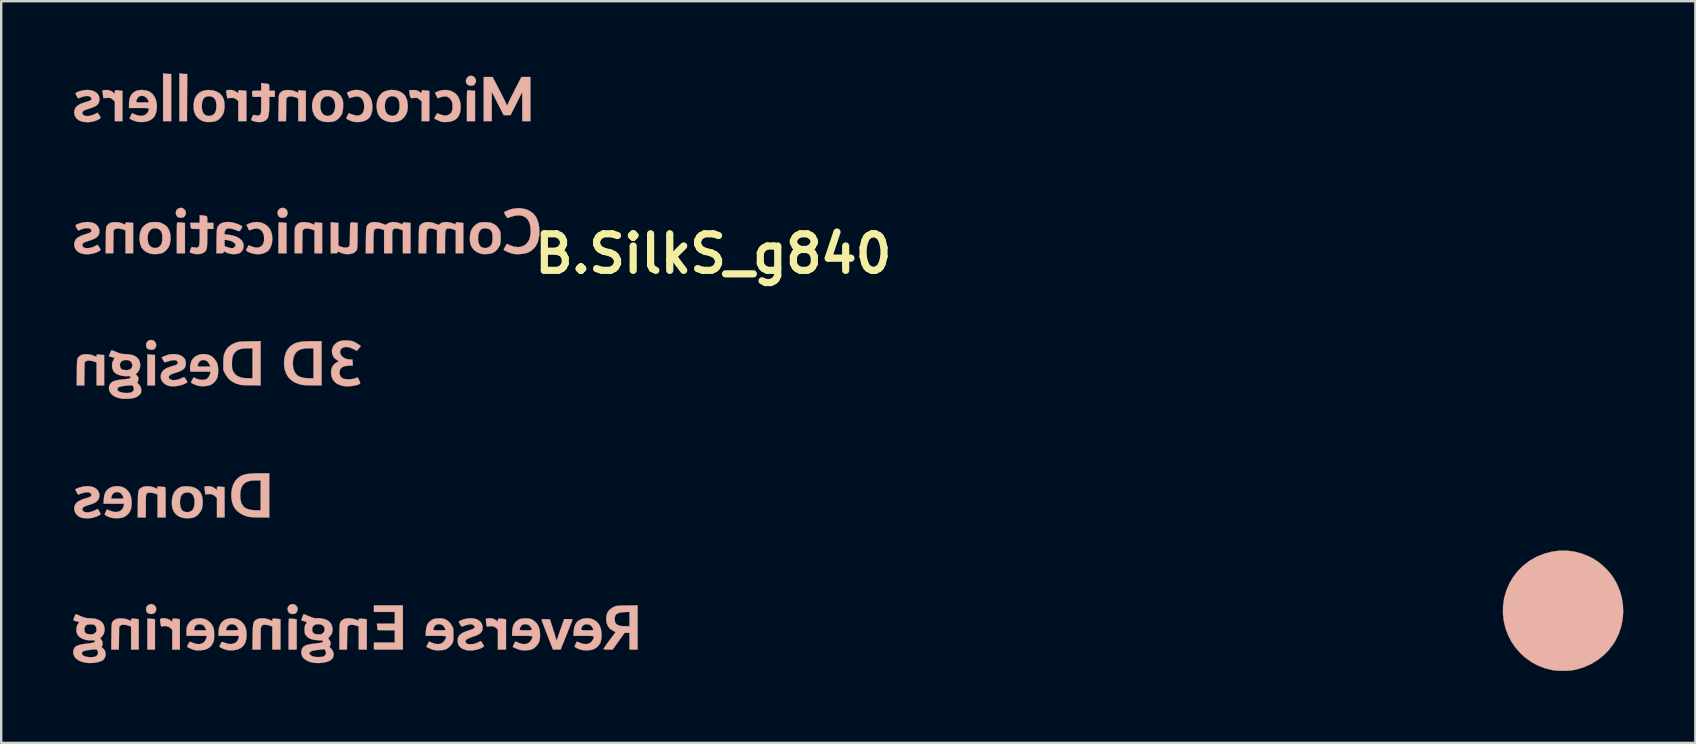
<source format=kicad_pcb>
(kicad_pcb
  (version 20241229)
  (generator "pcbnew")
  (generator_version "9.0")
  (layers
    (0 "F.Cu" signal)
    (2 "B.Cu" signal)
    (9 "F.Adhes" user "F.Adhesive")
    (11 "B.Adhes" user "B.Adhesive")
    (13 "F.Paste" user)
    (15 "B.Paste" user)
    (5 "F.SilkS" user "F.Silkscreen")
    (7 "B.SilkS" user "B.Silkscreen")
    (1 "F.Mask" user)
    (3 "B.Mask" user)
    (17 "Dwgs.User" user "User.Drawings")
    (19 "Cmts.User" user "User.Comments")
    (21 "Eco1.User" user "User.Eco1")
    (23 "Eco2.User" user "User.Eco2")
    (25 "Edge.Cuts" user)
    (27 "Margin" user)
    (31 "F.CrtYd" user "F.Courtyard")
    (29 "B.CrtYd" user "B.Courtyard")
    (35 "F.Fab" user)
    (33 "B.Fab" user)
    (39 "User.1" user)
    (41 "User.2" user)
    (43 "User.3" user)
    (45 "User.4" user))
  (footprint "B.SilkS_g840"
    (layer "F.Cu")
    (at 26.669 7.525)
    (property "Reference" "B.SilkS_g840" (at 0 0 0) (layer "F.SilkS") (effects (font (size 1.524 1.524) (thickness 0.3))))
    (attr through_hole)
    (fp_poly (pts (xy -23.532 15.198) (xy -23.484 15.2) (xy -23.413 15.207) (xy -23.373 15.211) (xy -23.262 15.225) (xy -23.262 16.489) (xy -23.58 16.489) (xy -23.58 15.198) (xy -23.532 15.198)) (stroke (width 0.01) (type solid)) (fill yes) (layer "B.SilkS"))
    (fp_poly (pts (xy -23.469 4.198) (xy -23.395 4.206) (xy -23.332 4.211) (xy -23.31 4.212) (xy -23.262 4.212) (xy -23.262 5.482) (xy -23.58 5.482) (xy -23.58 4.185) (xy -23.469 4.198)) (stroke (width 0.01) (type solid)) (fill yes) (layer "B.SilkS"))
    (fp_poly (pts (xy -22.825 -7.506) (xy -22.747 -7.498) (xy -22.673 -7.493) (xy -22.656 -7.493) (xy -22.585 -7.493) (xy -22.585 -5.524) (xy -22.924 -5.524) (xy -22.924 -7.52) (xy -22.825 -7.506)) (stroke (width 0.01) (type solid)) (fill yes) (layer "B.SilkS"))
    (fp_poly (pts (xy -22.167 -7.507) (xy -22.089 -7.497) (xy -22.007 -7.493) (xy -22.003 -7.493) (xy -21.918 -7.493) (xy -21.924 -6.509) (xy -21.929 -5.524) (xy -22.246 -5.524) (xy -22.246 -7.52) (xy -22.167 -7.507)) (stroke (width 0.01) (type solid)) (fill yes) (layer "B.SilkS"))
    (fp_poly (pts (xy -22.271 -1.31) (xy -22.204 -1.305) (xy -22.143 -1.299) (xy -22.013 -1.285) (xy -22.013 -0.021) (xy -22.352 -0.021) (xy -22.352 -0.667) (xy -22.352 -0.849) (xy -22.351 -0.993) (xy -22.35 -1.104) (xy -22.348 -1.186) (xy -22.345 -1.243) (xy -22.34 -1.28) (xy -22.333 -1.301) (xy -22.325 -1.31) (xy -22.314 -1.312) (xy -22.313 -1.312) (xy -22.271 -1.31)) (stroke (width 0.01) (type solid)) (fill yes) (layer "B.SilkS"))
    (fp_poly (pts (xy -18.038 -1.31) (xy -17.971 -1.305) (xy -17.91 -1.299) (xy -17.78 -1.285) (xy -17.78 -0.021) (xy -18.119 -0.021) (xy -18.119 -0.667) (xy -18.119 -0.849) (xy -18.118 -0.993) (xy -18.117 -1.104) (xy -18.115 -1.186) (xy -18.111 -1.243) (xy -18.107 -1.28) (xy -18.1 -1.301) (xy -18.091 -1.31) (xy -18.081 -1.312) (xy -18.079 -1.312) (xy -18.038 -1.31)) (stroke (width 0.01) (type solid)) (fill yes) (layer "B.SilkS"))
    (fp_poly (pts (xy -17.615 15.2) (xy -17.547 15.205) (xy -17.487 15.211) (xy -17.357 15.225) (xy -17.357 16.489) (xy -17.695 16.489) (xy -17.695 15.843) (xy -17.695 15.661) (xy -17.695 15.517) (xy -17.694 15.406) (xy -17.691 15.324) (xy -17.688 15.267) (xy -17.683 15.23) (xy -17.677 15.209) (xy -17.668 15.2) (xy -17.657 15.198) (xy -17.656 15.198) (xy -17.615 15.2)) (stroke (width 0.01) (type solid)) (fill yes) (layer "B.SilkS"))
    (fp_poly (pts (xy -10.185 -6.814) (xy -10.118 -6.808) (xy -10.057 -6.802) (xy -9.927 -6.788) (xy -9.927 -5.524) (xy -10.266 -5.524) (xy -10.266 -6.17) (xy -10.266 -6.352) (xy -10.265 -6.497) (xy -10.264 -6.608) (xy -10.262 -6.689) (xy -10.259 -6.746) (xy -10.254 -6.783) (xy -10.247 -6.804) (xy -10.239 -6.813) (xy -10.228 -6.816) (xy -10.227 -6.816) (xy -10.185 -6.814)) (stroke (width 0.01) (type solid)) (fill yes) (layer "B.SilkS"))
    (fp_poly (pts (xy -23.337 3.607) (xy -23.268 3.656) (xy -23.225 3.726) (xy -23.21 3.806) (xy -23.225 3.886) (xy -23.27 3.953) (xy -23.29 3.969) (xy -23.362 3.997) (xy -23.449 3.999) (xy -23.532 3.976) (xy -23.573 3.949) (xy -23.613 3.906) (xy -23.63 3.856) (xy -23.633 3.803) (xy -23.615 3.71) (xy -23.566 3.639) (xy -23.495 3.597) (xy -23.408 3.589) (xy -23.337 3.607)) (stroke (width 0.01) (type solid)) (fill yes) (layer "B.SilkS"))
    (fp_poly (pts (xy -23.335 14.612) (xy -23.258 14.668) (xy -23.216 14.745) (xy -23.212 14.834) (xy -23.218 14.862) (xy -23.258 14.943) (xy -23.322 14.99) (xy -23.414 15.007) (xy -23.424 15.007) (xy -23.51 14.994) (xy -23.573 14.956) (xy -23.612 14.915) (xy -23.629 14.867) (xy -23.633 14.806) (xy -23.628 14.737) (xy -23.608 14.692) (xy -23.573 14.656) (xy -23.491 14.603) (xy -23.41 14.59) (xy -23.335 14.612)) (stroke (width 0.01) (type solid)) (fill yes) (layer "B.SilkS"))
    (fp_poly (pts (xy -17.867 -1.903) (xy -17.797 -1.858) (xy -17.753 -1.79) (xy -17.736 -1.709) (xy -17.749 -1.627) (xy -17.793 -1.559) (xy -17.841 -1.522) (xy -17.897 -1.505) (xy -17.95 -1.503) (xy -18.018 -1.507) (xy -18.063 -1.525) (xy -18.104 -1.565) (xy -18.106 -1.568) (xy -18.15 -1.647) (xy -18.157 -1.727) (xy -18.134 -1.801) (xy -18.086 -1.863) (xy -18.018 -1.904) (xy -17.935 -1.916) (xy -17.867 -1.903)) (stroke (width 0.01) (type solid)) (fill yes) (layer "B.SilkS"))
    (fp_poly (pts (xy -17.426 14.62) (xy -17.367 14.672) (xy -17.322 14.754) (xy -17.318 14.84) (xy -17.355 14.924) (xy -17.369 14.942) (xy -17.411 14.984) (xy -17.456 15.003) (xy -17.523 15.007) (xy -17.524 15.007) (xy -17.595 15.002) (xy -17.644 14.98) (xy -17.681 14.948) (xy -17.727 14.873) (xy -17.739 14.79) (xy -17.719 14.71) (xy -17.669 14.644) (xy -17.6 14.605) (xy -17.507 14.592) (xy -17.426 14.62)) (stroke (width 0.01) (type solid)) (fill yes) (layer "B.SilkS"))
    (fp_poly (pts (xy -22.103 -1.9) (xy -22.028 -1.843) (xy -22.024 -1.838) (xy -21.979 -1.756) (xy -21.975 -1.67) (xy -22.012 -1.586) (xy -22.026 -1.568) (xy -22.067 -1.527) (xy -22.111 -1.508) (xy -22.177 -1.503) (xy -22.182 -1.503) (xy -22.255 -1.509) (xy -22.306 -1.531) (xy -22.339 -1.559) (xy -22.382 -1.628) (xy -22.396 -1.711) (xy -22.38 -1.791) (xy -22.35 -1.839) (xy -22.271 -1.898) (xy -22.186 -1.919) (xy -22.103 -1.9)) (stroke (width 0.01) (type solid)) (fill yes) (layer "B.SilkS"))
    (fp_poly (pts (xy -10.029 -7.408) (xy -9.981 -7.383) (xy -9.944 -7.347) (xy -9.895 -7.266) (xy -9.887 -7.181) (xy -9.921 -7.097) (xy -9.94 -7.071) (xy -9.981 -7.03) (xy -10.025 -7.011) (xy -10.091 -7.006) (xy -10.095 -7.006) (xy -10.168 -7.012) (xy -10.22 -7.034) (xy -10.252 -7.062) (xy -10.3 -7.136) (xy -10.309 -7.22) (xy -10.28 -7.304) (xy -10.249 -7.347) (xy -10.2 -7.392) (xy -10.149 -7.411) (xy -10.097 -7.414) (xy -10.029 -7.408)) (stroke (width 0.01) (type solid)) (fill yes) (layer "B.SilkS"))
    (fp_poly (pts (xy -12.933 16.489) (xy -14.139 16.489) (xy -14.139 16.192) (xy -13.271 16.192) (xy -13.271 15.684) (xy -13.631 15.684) (xy -13.763 15.684) (xy -13.858 15.683) (xy -13.922 15.68) (xy -13.961 15.675) (xy -13.982 15.667) (xy -13.99 15.655) (xy -13.991 15.645) (xy -13.994 15.601) (xy -14.001 15.535) (xy -14.005 15.508) (xy -14.018 15.409) (xy -13.271 15.409) (xy -13.271 14.922) (xy -14.139 14.922) (xy -14.139 14.647) (xy -12.933 14.647) (xy -12.933 16.489)) (stroke (width 0.01) (type solid)) (fill yes) (layer "B.SilkS"))
    (fp_poly (pts (xy -25.218 -6.824) (xy -25.094 -6.786) (xy -25.008 -6.728) (xy -24.934 -6.663) (xy -24.934 -6.739) (xy -24.933 -6.779) (xy -24.922 -6.803) (xy -24.896 -6.814) (xy -24.845 -6.814) (xy -24.762 -6.806) (xy -24.728 -6.802) (xy -24.617 -6.789) (xy -24.617 -5.524) (xy -24.934 -5.524) (xy -24.934 -6.345) (xy -25.021 -6.424) (xy -25.068 -6.464) (xy -25.106 -6.487) (xy -25.149 -6.497) (xy -25.213 -6.497) (xy -25.259 -6.495) (xy -25.41 -6.488) (xy -25.425 -6.593) (xy -25.436 -6.668) (xy -25.447 -6.734) (xy -25.451 -6.755) (xy -25.454 -6.788) (xy -25.441 -6.807) (xy -25.402 -6.818) (xy -25.356 -6.824) (xy -25.218 -6.824)) (stroke (width 0.01) (type solid)) (fill yes) (layer "B.SilkS"))
    (fp_poly (pts (xy -22.831 15.188) (xy -22.743 15.209) (xy -22.661 15.243) (xy -22.611 15.275) (xy -22.543 15.327) (xy -22.543 15.262) (xy -22.538 15.226) (xy -22.521 15.205) (xy -22.483 15.197) (xy -22.418 15.2) (xy -22.323 15.211) (xy -22.225 15.225) (xy -22.225 16.489) (xy -22.543 16.489) (xy -22.543 15.667) (xy -22.607 15.602) (xy -22.702 15.536) (xy -22.811 15.507) (xy -22.912 15.515) (xy -22.966 15.526) (xy -22.999 15.529) (xy -23.002 15.528) (xy -23.01 15.504) (xy -23.021 15.451) (xy -23.033 15.385) (xy -23.044 15.318) (xy -23.05 15.265) (xy -23.05 15.249) (xy -23.032 15.211) (xy -22.984 15.188) (xy -22.914 15.181) (xy -22.831 15.188)) (stroke (width 0.01) (type solid)) (fill yes) (layer "B.SilkS"))
    (fp_poly (pts (xy -20.971 9.683) (xy -20.847 9.721) (xy -20.754 9.782) (xy -20.68 9.847) (xy -20.68 9.771) (xy -20.678 9.731) (xy -20.668 9.707) (xy -20.641 9.696) (xy -20.59 9.696) (xy -20.508 9.704) (xy -20.473 9.708) (xy -20.362 9.721) (xy -20.362 10.986) (xy -20.68 10.986) (xy -20.68 10.177) (xy -20.75 10.107) (xy -20.847 10.037) (xy -20.956 10.007) (xy -21.063 10.015) (xy -21.118 10.025) (xy -21.151 10.029) (xy -21.156 10.028) (xy -21.162 10.004) (xy -21.172 9.951) (xy -21.183 9.883) (xy -21.193 9.812) (xy -21.2 9.75) (xy -21.203 9.71) (xy -21.203 9.702) (xy -21.179 9.695) (xy -21.128 9.686) (xy -21.101 9.682) (xy -20.971 9.683)) (stroke (width 0.01) (type solid)) (fill yes) (layer "B.SilkS"))
    (fp_poly (pts (xy -20.091 -6.826) (xy -20.025 -6.816) (xy -20.02 -6.815) (xy -19.943 -6.786) (xy -19.872 -6.747) (xy -19.86 -6.739) (xy -19.791 -6.687) (xy -19.791 -6.751) (xy -19.789 -6.784) (xy -19.78 -6.804) (xy -19.756 -6.814) (xy -19.707 -6.814) (xy -19.628 -6.807) (xy -19.582 -6.802) (xy -19.452 -6.788) (xy -19.452 -5.524) (xy -19.791 -5.524) (xy -19.791 -6.367) (xy -19.856 -6.422) (xy -19.924 -6.469) (xy -19.997 -6.493) (xy -20.087 -6.496) (xy -20.139 -6.492) (xy -20.251 -6.481) (xy -20.275 -6.626) (xy -20.287 -6.701) (xy -20.295 -6.76) (xy -20.299 -6.791) (xy -20.299 -6.791) (xy -20.28 -6.809) (xy -20.231 -6.821) (xy -20.164 -6.827) (xy -20.091 -6.826)) (stroke (width 0.01) (type solid)) (fill yes) (layer "B.SilkS"))
    (fp_poly (pts (xy -9.23 15.189) (xy -9.172 15.2) (xy -9.12 15.223) (xy -9.072 15.255) (xy -8.975 15.324) (xy -8.975 15.261) (xy -8.972 15.227) (xy -8.957 15.207) (xy -8.925 15.198) (xy -8.867 15.199) (xy -8.776 15.208) (xy -8.747 15.211) (xy -8.636 15.225) (xy -8.636 16.489) (xy -8.975 16.489) (xy -8.975 15.66) (xy -9.035 15.6) (xy -9.127 15.536) (xy -9.236 15.51) (xy -9.336 15.518) (xy -9.392 15.529) (xy -9.427 15.532) (xy -9.432 15.531) (xy -9.441 15.505) (xy -9.451 15.45) (xy -9.461 15.38) (xy -9.469 15.308) (xy -9.474 15.246) (xy -9.474 15.208) (xy -9.472 15.201) (xy -9.445 15.194) (xy -9.388 15.189) (xy -9.314 15.187) (xy -9.313 15.187) (xy -9.23 15.189)) (stroke (width 0.01) (type solid)) (fill yes) (layer "B.SilkS"))
    (fp_poly (pts (xy -8.928 -6.853) (xy -8.856 -6.713) (xy -8.79 -6.582) (xy -8.731 -6.465) (xy -8.684 -6.369) (xy -8.651 -6.298) (xy -8.634 -6.26) (xy -8.614 -6.21) (xy -8.598 -6.183) (xy -8.595 -6.181) (xy -8.581 -6.199) (xy -8.557 -6.246) (xy -8.531 -6.303) (xy -8.507 -6.356) (xy -8.467 -6.44) (xy -8.414 -6.547) (xy -8.351 -6.671) (xy -8.283 -6.806) (xy -8.238 -6.895) (xy -7.996 -7.366) (xy -7.62 -7.366) (xy -7.62 -5.524) (xy -7.959 -5.524) (xy -7.96 -6.133) (xy -7.961 -6.742) (xy -8.203 -6.26) (xy -8.446 -5.779) (xy -8.735 -5.779) (xy -8.982 -6.264) (xy -9.229 -6.75) (xy -9.229 -5.524) (xy -9.567 -5.524) (xy -9.567 -7.366) (xy -9.193 -7.366) (xy -8.928 -6.853)) (stroke (width 0.01) (type solid)) (fill yes) (layer "B.SilkS"))
    (fp_poly (pts (xy -12.429 -6.823) (xy -12.368 -6.813) (xy -12.312 -6.79) (xy -12.259 -6.758) (xy -12.15 -6.69) (xy -12.15 -6.753) (xy -12.147 -6.786) (xy -12.135 -6.806) (xy -12.105 -6.815) (xy -12.049 -6.813) (xy -11.961 -6.804) (xy -11.943 -6.802) (xy -11.832 -6.789) (xy -11.832 -5.524) (xy -12.15 -5.524) (xy -12.15 -6.345) (xy -12.237 -6.424) (xy -12.285 -6.466) (xy -12.323 -6.489) (xy -12.365 -6.497) (xy -12.428 -6.496) (xy -12.47 -6.493) (xy -12.539 -6.488) (xy -12.583 -6.488) (xy -12.61 -6.502) (xy -12.627 -6.536) (xy -12.64 -6.598) (xy -12.655 -6.689) (xy -12.665 -6.754) (xy -12.669 -6.799) (xy -12.667 -6.813) (xy -12.644 -6.818) (xy -12.589 -6.821) (xy -12.516 -6.824) (xy -12.514 -6.824) (xy -12.429 -6.823)) (stroke (width 0.01) (type solid)) (fill yes) (layer "B.SilkS"))
    (fp_poly (pts (xy -24.562 15.196) (xy -24.46 15.218) (xy -24.389 15.244) (xy -24.257 15.299) (xy -24.257 15.248) (xy -24.254 15.22) (xy -24.238 15.204) (xy -24.203 15.198) (xy -24.142 15.201) (xy -24.051 15.211) (xy -23.939 15.225) (xy -23.939 16.489) (xy -24.257 16.489) (xy -24.257 15.534) (xy -24.336 15.5) (xy -24.405 15.478) (xy -24.491 15.461) (xy -24.532 15.457) (xy -24.609 15.454) (xy -24.66 15.464) (xy -24.702 15.49) (xy -24.702 15.49) (xy -24.754 15.533) (xy -24.768 16.489) (xy -25.085 16.489) (xy -25.078 15.94) (xy -25.076 15.773) (xy -25.074 15.642) (xy -25.071 15.544) (xy -25.067 15.471) (xy -25.062 15.42) (xy -25.054 15.384) (xy -25.045 15.358) (xy -25.032 15.338) (xy -25.027 15.331) (xy -24.958 15.259) (xy -24.875 15.213) (xy -24.768 15.192) (xy -24.68 15.188) (xy -24.562 15.196)) (stroke (width 0.01) (type solid)) (fill yes) (layer "B.SilkS"))
    (fp_poly (pts (xy -25.995 4.191) (xy -25.886 4.217) (xy -25.829 4.238) (xy -25.696 4.292) (xy -25.696 4.239) (xy -25.694 4.208) (xy -25.68 4.194) (xy -25.644 4.192) (xy -25.585 4.198) (xy -25.512 4.206) (xy -25.449 4.211) (xy -25.426 4.212) (xy -25.379 4.212) (xy -25.379 5.482) (xy -25.696 5.482) (xy -25.696 4.53) (xy -25.776 4.496) (xy -25.845 4.474) (xy -25.93 4.457) (xy -25.971 4.451) (xy -26.046 4.447) (xy -26.096 4.456) (xy -26.136 4.48) (xy -26.141 4.483) (xy -26.194 4.526) (xy -26.2 5.004) (xy -26.207 5.482) (xy -26.524 5.482) (xy -26.518 4.933) (xy -26.515 4.766) (xy -26.513 4.636) (xy -26.51 4.537) (xy -26.506 4.465) (xy -26.501 4.413) (xy -26.494 4.377) (xy -26.484 4.352) (xy -26.471 4.331) (xy -26.467 4.325) (xy -26.397 4.252) (xy -26.315 4.207) (xy -26.209 4.185) (xy -26.12 4.182) (xy -25.995 4.191)) (stroke (width 0.01) (type solid)) (fill yes) (layer "B.SilkS"))
    (fp_poly (pts (xy -24.791 -1.313) (xy -24.685 -1.288) (xy -24.622 -1.265) (xy -24.49 -1.211) (xy -24.49 -1.265) (xy -24.488 -1.296) (xy -24.473 -1.31) (xy -24.437 -1.311) (xy -24.379 -1.305) (xy -24.305 -1.297) (xy -24.242 -1.292) (xy -24.22 -1.291) (xy -24.172 -1.291) (xy -24.172 -0.021) (xy -24.49 -0.021) (xy -24.49 -0.973) (xy -24.569 -1.007) (xy -24.638 -1.029) (xy -24.724 -1.047) (xy -24.765 -1.052) (xy -24.84 -1.056) (xy -24.889 -1.047) (xy -24.93 -1.024) (xy -24.934 -1.02) (xy -24.987 -0.977) (xy -24.994 -0.499) (xy -25.001 -0.021) (xy -25.317 -0.021) (xy -25.311 -0.57) (xy -25.309 -0.737) (xy -25.307 -0.868) (xy -25.304 -0.966) (xy -25.3 -1.039) (xy -25.295 -1.09) (xy -25.287 -1.126) (xy -25.277 -1.152) (xy -25.265 -1.172) (xy -25.26 -1.179) (xy -25.191 -1.251) (xy -25.108 -1.296) (xy -25.001 -1.318) (xy -24.913 -1.321) (xy -24.791 -1.313)) (stroke (width 0.01) (type solid)) (fill yes) (layer "B.SilkS"))
    (fp_poly (pts (xy -17.596 -6.816) (xy -17.491 -6.792) (xy -17.425 -6.767) (xy -17.293 -6.713) (xy -17.293 -6.767) (xy -17.291 -6.798) (xy -17.277 -6.813) (xy -17.241 -6.815) (xy -17.182 -6.808) (xy -17.109 -6.8) (xy -17.046 -6.796) (xy -17.023 -6.795) (xy -16.976 -6.795) (xy -16.976 -5.524) (xy -17.293 -5.524) (xy -17.293 -6.476) (xy -17.373 -6.51) (xy -17.442 -6.532) (xy -17.527 -6.55) (xy -17.568 -6.555) (xy -17.643 -6.559) (xy -17.693 -6.551) (xy -17.733 -6.527) (xy -17.738 -6.524) (xy -17.791 -6.481) (xy -17.797 -6.003) (xy -17.803 -5.524) (xy -18.121 -5.524) (xy -18.114 -6.073) (xy -18.112 -6.241) (xy -18.11 -6.371) (xy -18.107 -6.47) (xy -18.103 -6.542) (xy -18.098 -6.593) (xy -18.09 -6.629) (xy -18.081 -6.655) (xy -18.068 -6.676) (xy -18.064 -6.682) (xy -17.994 -6.755) (xy -17.911 -6.8) (xy -17.805 -6.821) (xy -17.716 -6.824) (xy -17.596 -6.816)) (stroke (width 0.01) (type solid)) (fill yes) (layer "B.SilkS"))
    (fp_poly (pts (xy -16.918 -1.312) (xy -16.814 -1.288) (xy -16.748 -1.264) (xy -16.616 -1.209) (xy -16.616 -1.264) (xy -16.614 -1.295) (xy -16.6 -1.31) (xy -16.564 -1.311) (xy -16.505 -1.305) (xy -16.431 -1.297) (xy -16.368 -1.292) (xy -16.346 -1.291) (xy -16.298 -1.291) (xy -16.298 -0.021) (xy -16.616 -0.021) (xy -16.616 -0.973) (xy -16.695 -1.007) (xy -16.764 -1.029) (xy -16.85 -1.047) (xy -16.891 -1.052) (xy -16.966 -1.056) (xy -17.015 -1.047) (xy -17.056 -1.024) (xy -17.06 -1.02) (xy -17.113 -0.977) (xy -17.12 -0.499) (xy -17.126 -0.021) (xy -17.441 -0.021) (xy -17.441 -0.558) (xy -17.441 -0.723) (xy -17.441 -0.851) (xy -17.439 -0.947) (xy -17.436 -1.018) (xy -17.431 -1.069) (xy -17.424 -1.105) (xy -17.414 -1.131) (xy -17.401 -1.154) (xy -17.394 -1.165) (xy -17.327 -1.243) (xy -17.245 -1.292) (xy -17.141 -1.316) (xy -17.039 -1.321) (xy -16.918 -1.312)) (stroke (width 0.01) (type solid)) (fill yes) (layer "B.SilkS"))
    (fp_poly (pts (xy -5.959 15.221) (xy -5.898 15.225) (xy -5.866 15.232) (xy -5.863 15.235) (xy -5.871 15.258) (xy -5.892 15.315) (xy -5.926 15.402) (xy -5.969 15.513) (xy -6.022 15.645) (xy -6.08 15.791) (xy -6.112 15.87) (xy -6.361 16.489) (xy -6.519 16.489) (xy -6.678 16.489) (xy -6.916 15.88) (xy -6.975 15.728) (xy -7.029 15.588) (xy -7.076 15.466) (xy -7.113 15.365) (xy -7.139 15.292) (xy -7.153 15.251) (xy -7.154 15.244) (xy -7.143 15.23) (xy -7.104 15.223) (xy -7.032 15.222) (xy -6.981 15.223) (xy -6.807 15.229) (xy -6.675 15.642) (xy -6.635 15.769) (xy -6.599 15.885) (xy -6.57 15.982) (xy -6.55 16.054) (xy -6.54 16.094) (xy -6.54 16.097) (xy -6.533 16.109) (xy -6.518 16.082) (xy -6.507 16.055) (xy -6.491 16.008) (xy -6.463 15.929) (xy -6.427 15.826) (xy -6.386 15.708) (xy -6.347 15.595) (xy -6.216 15.219) (xy -6.039 15.219) (xy -5.959 15.221)) (stroke (width 0.01) (type solid)) (fill yes) (layer "B.SilkS"))
    (fp_poly (pts (xy -18.702 15.189) (xy -18.578 15.214) (xy -18.494 15.245) (xy -18.373 15.301) (xy -18.373 15.249) (xy -18.368 15.221) (xy -18.351 15.204) (xy -18.313 15.198) (xy -18.247 15.2) (xy -18.147 15.211) (xy -18.145 15.211) (xy -18.034 15.225) (xy -18.034 16.489) (xy -18.373 16.489) (xy -18.373 15.537) (xy -18.441 15.502) (xy -18.5 15.481) (xy -18.58 15.464) (xy -18.638 15.457) (xy -18.711 15.452) (xy -18.755 15.457) (xy -18.785 15.473) (xy -18.814 15.505) (xy -18.829 15.526) (xy -18.84 15.549) (xy -18.848 15.581) (xy -18.854 15.628) (xy -18.857 15.695) (xy -18.859 15.788) (xy -18.859 15.913) (xy -18.86 16.026) (xy -18.86 16.489) (xy -19.201 16.489) (xy -19.194 15.965) (xy -19.191 15.783) (xy -19.187 15.638) (xy -19.18 15.525) (xy -19.169 15.439) (xy -19.154 15.374) (xy -19.132 15.326) (xy -19.103 15.289) (xy -19.066 15.258) (xy -19.032 15.235) (xy -18.942 15.2) (xy -18.828 15.184) (xy -18.702 15.189)) (stroke (width 0.01) (type solid)) (fill yes) (layer "B.SilkS"))
    (fp_poly (pts (xy -14.997 15.208) (xy -14.896 15.24) (xy -14.834 15.263) (xy -14.792 15.278) (xy -14.78 15.282) (xy -14.775 15.265) (xy -14.774 15.24) (xy -14.768 15.216) (xy -14.746 15.202) (xy -14.701 15.198) (xy -14.626 15.203) (xy -14.547 15.211) (xy -14.436 15.225) (xy -14.436 16.489) (xy -14.774 16.489) (xy -14.774 15.522) (xy -14.883 15.487) (xy -15.01 15.457) (xy -15.114 15.457) (xy -15.192 15.486) (xy -15.201 15.492) (xy -15.217 15.506) (xy -15.229 15.523) (xy -15.238 15.547) (xy -15.245 15.585) (xy -15.249 15.643) (xy -15.252 15.725) (xy -15.255 15.837) (xy -15.257 15.986) (xy -15.257 16.011) (xy -15.263 16.489) (xy -15.579 16.489) (xy -15.579 15.959) (xy -15.578 15.784) (xy -15.577 15.647) (xy -15.573 15.541) (xy -15.567 15.461) (xy -15.556 15.402) (xy -15.541 15.357) (xy -15.521 15.322) (xy -15.494 15.291) (xy -15.47 15.268) (xy -15.383 15.215) (xy -15.27 15.188) (xy -15.138 15.185) (xy -14.997 15.208)) (stroke (width 0.01) (type solid)) (fill yes) (layer "B.SilkS"))
    (fp_poly (pts (xy -18.5 10.986) (xy -18.875 10.984) (xy -19.035 10.981) (xy -19.176 10.975) (xy -19.291 10.967) (xy -19.373 10.955) (xy -19.381 10.954) (xy -19.551 10.9) (xy -19.707 10.818) (xy -19.841 10.713) (xy -19.946 10.59) (xy -20.002 10.488) (xy -20.056 10.322) (xy -20.081 10.143) (xy -20.081 10.071) (xy -19.711 10.071) (xy -19.701 10.218) (xy -19.671 10.352) (xy -19.643 10.424) (xy -19.575 10.524) (xy -19.478 10.6) (xy -19.35 10.651) (xy -19.189 10.68) (xy -19.045 10.688) (xy -18.86 10.689) (xy -18.86 9.44) (xy -19.057 9.44) (xy -19.231 9.449) (xy -19.371 9.477) (xy -19.483 9.525) (xy -19.57 9.597) (xy -19.633 9.683) (xy -19.677 9.791) (xy -19.703 9.925) (xy -19.711 10.071) (xy -20.081 10.071) (xy -20.081 9.961) (xy -20.055 9.784) (xy -20.004 9.621) (xy -19.93 9.48) (xy -19.882 9.419) (xy -19.801 9.339) (xy -19.715 9.275) (xy -19.617 9.226) (xy -19.502 9.19) (xy -19.365 9.166) (xy -19.199 9.151) (xy -18.999 9.145) (xy -18.907 9.144) (xy -18.5 9.144) (xy -18.5 10.986)) (stroke (width 0.01) (type solid)) (fill yes) (layer "B.SilkS"))
    (fp_poly (pts (xy -23.459 9.691) (xy -23.322 9.724) (xy -23.236 9.761) (xy -23.156 9.801) (xy -23.156 9.688) (xy -23.026 9.702) (xy -22.95 9.709) (xy -22.887 9.714) (xy -22.857 9.716) (xy -22.846 9.717) (xy -22.837 9.726) (xy -22.83 9.746) (xy -22.825 9.781) (xy -22.822 9.837) (xy -22.82 9.916) (xy -22.818 10.025) (xy -22.818 10.168) (xy -22.818 10.348) (xy -22.818 10.351) (xy -22.818 10.986) (xy -23.156 10.986) (xy -23.156 10.031) (xy -23.236 9.997) (xy -23.304 9.975) (xy -23.39 9.958) (xy -23.434 9.953) (xy -23.508 9.95) (xy -23.554 9.958) (xy -23.589 9.979) (xy -23.598 9.988) (xy -23.613 10.005) (xy -23.624 10.024) (xy -23.632 10.054) (xy -23.637 10.098) (xy -23.641 10.162) (xy -23.642 10.253) (xy -23.643 10.376) (xy -23.643 10.509) (xy -23.643 10.986) (xy -23.984 10.986) (xy -23.978 10.451) (xy -23.975 10.271) (xy -23.971 10.129) (xy -23.966 10.018) (xy -23.956 9.934) (xy -23.943 9.872) (xy -23.924 9.827) (xy -23.899 9.793) (xy -23.866 9.765) (xy -23.829 9.741) (xy -23.724 9.698) (xy -23.597 9.682) (xy -23.459 9.691)) (stroke (width 0.01) (type solid)) (fill yes) (layer "B.SilkS"))
    (fp_poly (pts (xy -16.32 5.482) (xy -16.695 5.481) (xy -16.847 5.48) (xy -16.966 5.476) (xy -17.06 5.469) (xy -17.138 5.458) (xy -17.209 5.443) (xy -17.228 5.439) (xy -17.417 5.371) (xy -17.575 5.274) (xy -17.701 5.15) (xy -17.795 4.999) (xy -17.856 4.822) (xy -17.884 4.619) (xy -17.885 4.543) (xy -17.884 4.518) (xy -17.518 4.518) (xy -17.512 4.676) (xy -17.482 4.823) (xy -17.427 4.948) (xy -17.426 4.951) (xy -17.352 5.042) (xy -17.255 5.109) (xy -17.131 5.154) (xy -16.976 5.179) (xy -16.843 5.184) (xy -16.658 5.186) (xy -16.658 3.937) (xy -16.856 3.937) (xy -17.036 3.947) (xy -17.182 3.978) (xy -17.297 4.033) (xy -17.386 4.111) (xy -17.451 4.216) (xy -17.453 4.22) (xy -17.498 4.362) (xy -17.518 4.518) (xy -17.884 4.518) (xy -17.869 4.332) (xy -17.822 4.148) (xy -17.745 3.992) (xy -17.638 3.864) (xy -17.502 3.767) (xy -17.483 3.757) (xy -17.398 3.718) (xy -17.309 3.688) (xy -17.21 3.667) (xy -17.094 3.653) (xy -16.952 3.645) (xy -16.778 3.641) (xy -16.716 3.641) (xy -16.32 3.641) (xy -16.32 5.482)) (stroke (width 0.01) (type solid)) (fill yes) (layer "B.SilkS"))
    (fp_poly (pts (xy -14.71 -6.812) (xy -14.587 -6.777) (xy -14.49 -6.73) (xy -14.371 -6.63) (xy -14.283 -6.503) (xy -14.228 -6.348) (xy -14.204 -6.164) (xy -14.203 -6.114) (xy -14.217 -5.936) (xy -14.261 -5.786) (xy -14.321 -5.68) (xy -14.402 -5.604) (xy -14.513 -5.546) (xy -14.644 -5.506) (xy -14.785 -5.488) (xy -14.927 -5.493) (xy -15.05 -5.52) (xy -15.147 -5.556) (xy -15.221 -5.591) (xy -15.278 -5.626) (xy -15.285 -5.656) (xy -15.264 -5.717) (xy -15.216 -5.809) (xy -15.188 -5.857) (xy -15.168 -5.852) (xy -15.121 -5.835) (xy -15.059 -5.81) (xy -14.918 -5.767) (xy -14.796 -5.761) (xy -14.696 -5.79) (xy -14.62 -5.853) (xy -14.569 -5.95) (xy -14.545 -6.078) (xy -14.545 -6.167) (xy -14.566 -6.314) (xy -14.612 -6.427) (xy -14.682 -6.506) (xy -14.775 -6.549) (xy -14.89 -6.556) (xy -15.027 -6.528) (xy -15.045 -6.522) (xy -15.158 -6.483) (xy -15.209 -6.585) (xy -15.238 -6.646) (xy -15.257 -6.692) (xy -15.261 -6.708) (xy -15.242 -6.726) (xy -15.193 -6.751) (xy -15.124 -6.778) (xy -15.046 -6.803) (xy -14.968 -6.822) (xy -14.947 -6.826) (xy -14.837 -6.83) (xy -14.71 -6.812)) (stroke (width 0.01) (type solid)) (fill yes) (layer "B.SilkS"))
    (fp_poly (pts (xy -3.154 16.489) (xy -3.493 16.489) (xy -3.493 15.79) (xy -3.694 15.79) (xy -4.193 16.489) (xy -4.382 16.489) (xy -4.48 16.487) (xy -4.54 16.481) (xy -4.568 16.47) (xy -4.571 16.462) (xy -4.559 16.438) (xy -4.525 16.385) (xy -4.473 16.31) (xy -4.408 16.217) (xy -4.333 16.114) (xy -4.321 16.098) (xy -4.072 15.761) (xy -4.174 15.71) (xy -4.297 15.627) (xy -4.387 15.519) (xy -4.443 15.385) (xy -4.465 15.228) (xy -4.465 15.22) (xy -4.11 15.22) (xy -4.098 15.325) (xy -4.058 15.405) (xy -3.989 15.462) (xy -3.887 15.498) (xy -3.75 15.514) (xy -3.688 15.515) (xy -3.493 15.515) (xy -3.493 14.918) (xy -3.699 14.927) (xy -3.846 14.939) (xy -3.956 14.966) (xy -4.033 15.009) (xy -4.082 15.071) (xy -4.105 15.155) (xy -4.11 15.22) (xy -4.465 15.22) (xy -4.465 15.208) (xy -4.449 15.055) (xy -4.399 14.926) (xy -4.313 14.82) (xy -4.191 14.733) (xy -4.138 14.707) (xy -4.099 14.69) (xy -4.06 14.678) (xy -4.014 14.668) (xy -3.954 14.662) (xy -3.874 14.657) (xy -3.765 14.654) (xy -3.623 14.652) (xy -3.593 14.651) (xy -3.154 14.644) (xy -3.154 16.489)) (stroke (width 0.01) (type solid)) (fill yes) (layer "B.SilkS"))
    (fp_poly (pts (xy -21.278 -1.599) (xy -21.186 -1.588) (xy -21.129 -1.576) (xy -21.098 -1.555) (xy -21.085 -1.52) (xy -21.082 -1.462) (xy -21.082 -1.427) (xy -21.082 -1.291) (xy -20.828 -1.291) (xy -20.828 -1.037) (xy -21.082 -1.037) (xy -21.082 -0.651) (xy -21.084 -0.486) (xy -21.09 -0.357) (xy -21.1 -0.259) (xy -21.118 -0.185) (xy -21.144 -0.13) (xy -21.18 -0.087) (xy -21.228 -0.05) (xy -21.24 -0.043) (xy -21.333 -0.005) (xy -21.45 0.013) (xy -21.575 0.01) (xy -21.685 -0.013) (xy -21.749 -0.034) (xy -21.795 -0.054) (xy -21.808 -0.062) (xy -21.81 -0.089) (xy -21.798 -0.138) (xy -21.778 -0.196) (xy -21.755 -0.248) (xy -21.733 -0.28) (xy -21.725 -0.285) (xy -21.694 -0.28) (xy -21.64 -0.269) (xy -21.627 -0.266) (xy -21.534 -0.257) (xy -21.469 -0.277) (xy -21.429 -0.327) (xy -21.423 -0.342) (xy -21.414 -0.387) (xy -21.407 -0.465) (xy -21.402 -0.566) (xy -21.4 -0.682) (xy -21.399 -0.723) (xy -21.399 -1.037) (xy -21.579 -1.037) (xy -21.668 -1.037) (xy -21.723 -1.042) (xy -21.755 -1.06) (xy -21.772 -1.098) (xy -21.782 -1.164) (xy -21.788 -1.212) (xy -21.799 -1.291) (xy -21.399 -1.291) (xy -21.399 -1.614) (xy -21.278 -1.599)) (stroke (width 0.01) (type solid)) (fill yes) (layer "B.SilkS"))
    (fp_poly (pts (xy -18.717 -7.102) (xy -18.619 -7.09) (xy -18.557 -7.079) (xy -18.521 -7.061) (xy -18.504 -7.032) (xy -18.5 -6.985) (xy -18.5 -6.93) (xy -18.5 -6.795) (xy -18.267 -6.795) (xy -18.267 -6.54) (xy -18.5 -6.54) (xy -18.5 -6.239) (xy -18.503 -6.042) (xy -18.513 -5.884) (xy -18.531 -5.763) (xy -18.556 -5.675) (xy -18.58 -5.63) (xy -18.659 -5.556) (xy -18.764 -5.508) (xy -18.889 -5.487) (xy -19.023 -5.495) (xy -19.13 -5.522) (xy -19.193 -5.545) (xy -19.238 -5.563) (xy -19.252 -5.571) (xy -19.25 -5.595) (xy -19.235 -5.644) (xy -19.216 -5.692) (xy -19.186 -5.756) (xy -19.161 -5.786) (xy -19.137 -5.788) (xy -19.137 -5.788) (xy -19.095 -5.776) (xy -19.032 -5.765) (xy -19.015 -5.763) (xy -18.95 -5.761) (xy -18.906 -5.778) (xy -18.883 -5.797) (xy -18.867 -5.816) (xy -18.855 -5.84) (xy -18.847 -5.875) (xy -18.842 -5.928) (xy -18.839 -6.005) (xy -18.838 -6.115) (xy -18.838 -6.191) (xy -18.838 -6.54) (xy -19.193 -6.54) (xy -19.206 -6.62) (xy -19.218 -6.7) (xy -19.22 -6.751) (xy -19.203 -6.779) (xy -19.162 -6.792) (xy -19.088 -6.794) (xy -19.029 -6.795) (xy -18.838 -6.795) (xy -18.838 -7.117) (xy -18.717 -7.102)) (stroke (width 0.01) (type solid)) (fill yes) (layer "B.SilkS"))
    (fp_poly (pts (xy -13.26 -6.819) (xy -13.115 -6.783) (xy -12.985 -6.721) (xy -12.879 -6.636) (xy -12.828 -6.571) (xy -12.772 -6.449) (xy -12.738 -6.304) (xy -12.727 -6.147) (xy -12.74 -5.992) (xy -12.77 -5.876) (xy -12.834 -5.749) (xy -12.927 -5.639) (xy -13.036 -5.559) (xy -13.158 -5.513) (xy -13.302 -5.49) (xy -13.453 -5.49) (xy -13.589 -5.515) (xy -13.738 -5.575) (xy -13.857 -5.664) (xy -13.944 -5.781) (xy -14.001 -5.928) (xy -14.013 -5.982) (xy -14.03 -6.157) (xy -14.028 -6.18) (xy -13.687 -6.18) (xy -13.68 -6.062) (xy -13.657 -5.954) (xy -13.619 -5.87) (xy -13.614 -5.863) (xy -13.539 -5.793) (xy -13.445 -5.753) (xy -13.345 -5.745) (xy -13.248 -5.771) (xy -13.21 -5.794) (xy -13.14 -5.867) (xy -13.095 -5.966) (xy -13.074 -6.095) (xy -13.071 -6.17) (xy -13.083 -6.313) (xy -13.117 -6.422) (xy -13.175 -6.5) (xy -13.258 -6.549) (xy -13.302 -6.561) (xy -13.417 -6.569) (xy -13.515 -6.539) (xy -13.594 -6.473) (xy -13.651 -6.373) (xy -13.674 -6.294) (xy -13.687 -6.18) (xy -14.028 -6.18) (xy -14.015 -6.322) (xy -13.971 -6.471) (xy -13.899 -6.6) (xy -13.803 -6.702) (xy -13.711 -6.76) (xy -13.566 -6.809) (xy -13.414 -6.829) (xy -13.26 -6.819)) (stroke (width 0.01) (type solid)) (fill yes) (layer "B.SilkS"))
    (fp_poly (pts (xy -18.829 -1.299) (xy -18.686 -1.238) (xy -18.563 -1.145) (xy -18.485 -1.052) (xy -18.423 -0.929) (xy -18.385 -0.789) (xy -18.372 -0.641) (xy -18.381 -0.493) (xy -18.413 -0.353) (xy -18.467 -0.23) (xy -18.541 -0.132) (xy -18.585 -0.095) (xy -18.718 -0.027) (xy -18.871 0.011) (xy -19.033 0.016) (xy -19.194 -0.011) (xy -19.219 -0.019) (xy -19.291 -0.044) (xy -19.352 -0.068) (xy -19.378 -0.08) (xy -19.436 -0.115) (xy -19.462 -0.142) (xy -19.459 -0.175) (xy -19.432 -0.228) (xy -19.421 -0.247) (xy -19.388 -0.303) (xy -19.365 -0.343) (xy -19.358 -0.354) (xy -19.338 -0.349) (xy -19.29 -0.331) (xy -19.229 -0.307) (xy -19.091 -0.264) (xy -18.974 -0.259) (xy -18.875 -0.29) (xy -18.866 -0.295) (xy -18.793 -0.354) (xy -18.747 -0.428) (xy -18.722 -0.528) (xy -18.717 -0.577) (xy -18.72 -0.731) (xy -18.754 -0.859) (xy -18.822 -0.964) (xy -18.825 -0.968) (xy -18.91 -1.031) (xy -19.014 -1.056) (xy -19.136 -1.044) (xy -19.218 -1.019) (xy -19.28 -0.996) (xy -19.324 -0.982) (xy -19.337 -0.979) (xy -19.348 -0.999) (xy -19.372 -1.046) (xy -19.397 -1.095) (xy -19.452 -1.206) (xy -19.371 -1.247) (xy -19.305 -1.274) (xy -19.218 -1.299) (xy -19.15 -1.315) (xy -18.986 -1.325) (xy -18.829 -1.299)) (stroke (width 0.01) (type solid)) (fill yes) (layer "B.SilkS"))
    (fp_poly (pts (xy -20.836 -6.807) (xy -20.686 -6.757) (xy -20.56 -6.679) (xy -20.464 -6.574) (xy -20.399 -6.444) (xy -20.393 -6.423) (xy -20.369 -6.296) (xy -20.362 -6.155) (xy -20.373 -6.014) (xy -20.4 -5.887) (xy -20.431 -5.81) (xy -20.516 -5.683) (xy -20.62 -5.585) (xy -20.711 -5.534) (xy -20.79 -5.512) (xy -20.895 -5.497) (xy -21.008 -5.49) (xy -21.115 -5.492) (xy -21.193 -5.504) (xy -21.342 -5.561) (xy -21.466 -5.649) (xy -21.562 -5.763) (xy -21.624 -5.899) (xy -21.625 -5.903) (xy -21.648 -6.027) (xy -21.653 -6.166) (xy -21.649 -6.215) (xy -21.31 -6.215) (xy -21.308 -6.057) (xy -21.28 -5.93) (xy -21.228 -5.835) (xy -21.151 -5.773) (xy -21.052 -5.746) (xy -20.968 -5.748) (xy -20.896 -5.767) (xy -20.832 -5.797) (xy -20.827 -5.8) (xy -20.763 -5.872) (xy -20.721 -5.977) (xy -20.702 -6.116) (xy -20.701 -6.165) (xy -20.714 -6.313) (xy -20.752 -6.426) (xy -20.815 -6.506) (xy -20.904 -6.553) (xy -20.994 -6.567) (xy -21.107 -6.555) (xy -21.195 -6.51) (xy -21.258 -6.43) (xy -21.297 -6.315) (xy -21.31 -6.215) (xy -21.649 -6.215) (xy -21.642 -6.307) (xy -21.615 -6.434) (xy -21.584 -6.512) (xy -21.499 -6.639) (xy -21.391 -6.732) (xy -21.257 -6.793) (xy -21.097 -6.822) (xy -21.008 -6.825) (xy -20.836 -6.807)) (stroke (width 0.01) (type solid)) (fill yes) (layer "B.SilkS"))
    (fp_poly (pts (xy -18.86 5.482) (xy -19.235 5.48) (xy -19.364 5.478) (xy -19.483 5.475) (xy -19.586 5.47) (xy -19.661 5.465) (xy -19.696 5.461) (xy -19.891 5.404) (xy -20.056 5.32) (xy -20.192 5.207) (xy -20.3 5.063) (xy -20.331 5.008) (xy -20.415 4.842) (xy -20.415 4.585) (xy -20.054 4.585) (xy -20.053 4.69) (xy -20.047 4.764) (xy -20.035 4.822) (xy -20.015 4.874) (xy -20.001 4.9) (xy -19.931 5.006) (xy -19.838 5.085) (xy -19.72 5.14) (xy -19.572 5.173) (xy -19.39 5.184) (xy -19.383 5.184) (xy -19.198 5.186) (xy -19.198 3.933) (xy -19.447 3.941) (xy -19.589 3.949) (xy -19.698 3.966) (xy -19.784 3.995) (xy -19.855 4.038) (xy -19.92 4.099) (xy -19.935 4.115) (xy -19.988 4.189) (xy -20.024 4.276) (xy -20.045 4.383) (xy -20.054 4.519) (xy -20.054 4.585) (xy -20.415 4.585) (xy -20.415 4.564) (xy -20.414 4.43) (xy -20.408 4.328) (xy -20.397 4.249) (xy -20.38 4.182) (xy -20.376 4.171) (xy -20.307 4.017) (xy -20.213 3.892) (xy -20.088 3.792) (xy -19.929 3.714) (xy -19.895 3.701) (xy -19.845 3.685) (xy -19.795 3.672) (xy -19.738 3.663) (xy -19.667 3.656) (xy -19.575 3.652) (xy -19.454 3.648) (xy -19.309 3.645) (xy -18.86 3.637) (xy -18.86 5.482)) (stroke (width 0.01) (type solid)) (fill yes) (layer "B.SilkS"))
    (fp_poly (pts (xy -7.968 -1.893) (xy -7.791 -1.852) (xy -7.634 -1.781) (xy -7.5 -1.68) (xy -7.395 -1.55) (xy -7.359 -1.488) (xy -7.295 -1.318) (xy -7.257 -1.125) (xy -7.246 -0.921) (xy -7.261 -0.716) (xy -7.304 -0.52) (xy -7.327 -0.452) (xy -7.394 -0.324) (xy -7.494 -0.205) (xy -7.614 -0.108) (xy -7.737 -0.044) (xy -7.84 -0.016) (xy -7.969 0.004) (xy -8.105 0.014) (xy -8.233 0.013) (xy -8.329 0.001) (xy -8.411 -0.021) (xy -8.506 -0.054) (xy -8.598 -0.091) (xy -8.673 -0.127) (xy -8.694 -0.139) (xy -8.741 -0.17) (xy -8.673 -0.293) (xy -8.606 -0.417) (xy -8.474 -0.357) (xy -8.302 -0.298) (xy -8.136 -0.28) (xy -7.999 -0.297) (xy -7.882 -0.346) (xy -7.778 -0.429) (xy -7.696 -0.538) (xy -7.648 -0.649) (xy -7.622 -0.774) (xy -7.611 -0.919) (xy -7.615 -1.067) (xy -7.634 -1.202) (xy -7.659 -1.292) (xy -7.728 -1.422) (xy -7.821 -1.517) (xy -7.937 -1.577) (xy -8.074 -1.603) (xy -8.233 -1.594) (xy -8.41 -1.55) (xy -8.555 -1.494) (xy -8.586 -1.502) (xy -8.626 -1.548) (xy -8.676 -1.635) (xy -8.717 -1.719) (xy -8.704 -1.738) (xy -8.661 -1.765) (xy -8.595 -1.797) (xy -8.516 -1.829) (xy -8.434 -1.856) (xy -8.364 -1.875) (xy -8.16 -1.901) (xy -7.968 -1.893)) (stroke (width 0.01) (type solid)) (fill yes) (layer "B.SilkS"))
    (fp_poly (pts (xy 35.88 12.408) (xy 36.19 12.489) (xy 36.491 12.61) (xy 36.502 12.616) (xy 36.698 12.72) (xy 36.871 12.835) (xy 37.039 12.971) (xy 37.134 13.059) (xy 37.29 13.219) (xy 37.419 13.373) (xy 37.529 13.534) (xy 37.631 13.715) (xy 37.759 14.008) (xy 37.848 14.311) (xy 37.899 14.622) (xy 37.911 14.936) (xy 37.885 15.248) (xy 37.82 15.554) (xy 37.718 15.851) (xy 37.578 16.134) (xy 37.499 16.262) (xy 37.308 16.512) (xy 37.086 16.736) (xy 36.837 16.931) (xy 36.566 17.095) (xy 36.276 17.224) (xy 35.972 17.316) (xy 35.827 17.346) (xy 35.677 17.364) (xy 35.502 17.373) (xy 35.318 17.374) (xy 35.141 17.366) (xy 34.987 17.349) (xy 34.959 17.344) (xy 34.649 17.267) (xy 34.358 17.155) (xy 34.088 17.01) (xy 33.84 16.834) (xy 33.617 16.631) (xy 33.42 16.404) (xy 33.252 16.156) (xy 33.113 15.889) (xy 33.008 15.606) (xy 32.936 15.311) (xy 32.9 15.006) (xy 32.903 14.695) (xy 32.945 14.379) (xy 32.955 14.333) (xy 33.044 14.023) (xy 33.17 13.73) (xy 33.331 13.458) (xy 33.525 13.209) (xy 33.749 12.987) (xy 34.002 12.794) (xy 34.28 12.633) (xy 34.314 12.616) (xy 34.62 12.493) (xy 34.932 12.411) (xy 35.249 12.369) (xy 35.566 12.368) (xy 35.88 12.408)) (stroke (width 0.01) (type solid)) (fill yes) (layer "B.SilkS"))
    (fp_poly (pts (xy -15.827 -1.305) (xy -15.754 -1.297) (xy -15.691 -1.292) (xy -15.669 -1.291) (xy -15.621 -1.291) (xy -15.621 -0.344) (xy -15.517 -0.299) (xy -15.403 -0.263) (xy -15.301 -0.256) (xy -15.219 -0.279) (xy -15.195 -0.294) (xy -15.179 -0.308) (xy -15.167 -0.325) (xy -15.157 -0.349) (xy -15.151 -0.386) (xy -15.146 -0.443) (xy -15.143 -0.524) (xy -15.141 -0.635) (xy -15.139 -0.781) (xy -15.138 -0.824) (xy -15.137 -0.983) (xy -15.135 -1.104) (xy -15.132 -1.193) (xy -15.124 -1.253) (xy -15.11 -1.291) (xy -15.088 -1.309) (xy -15.055 -1.314) (xy -15.009 -1.31) (xy -14.949 -1.301) (xy -14.927 -1.299) (xy -14.815 -1.285) (xy -14.821 -0.739) (xy -14.823 -0.572) (xy -14.825 -0.443) (xy -14.828 -0.344) (xy -14.832 -0.272) (xy -14.838 -0.221) (xy -14.845 -0.186) (xy -14.855 -0.16) (xy -14.868 -0.14) (xy -14.872 -0.134) (xy -14.923 -0.08) (xy -14.983 -0.035) (xy -14.984 -0.035) (xy -15.055 -0.008) (xy -15.152 0.009) (xy -15.259 0.014) (xy -15.358 0.006) (xy -15.394 -0.001) (xy -15.467 -0.024) (xy -15.544 -0.057) (xy -15.556 -0.063) (xy -15.608 -0.088) (xy -15.634 -0.094) (xy -15.647 -0.081) (xy -15.653 -0.063) (xy -15.666 -0.04) (xy -15.693 -0.027) (xy -15.745 -0.022) (xy -15.802 -0.021) (xy -15.938 -0.021) (xy -15.938 -1.318) (xy -15.827 -1.305)) (stroke (width 0.01) (type solid)) (fill yes) (layer "B.SilkS"))
    (fp_poly (pts (xy -21.766 9.699) (xy -21.609 9.744) (xy -21.48 9.818) (xy -21.381 9.922) (xy -21.316 10.046) (xy -21.286 10.163) (xy -21.273 10.302) (xy -21.276 10.447) (xy -21.295 10.579) (xy -21.308 10.625) (xy -21.357 10.73) (xy -21.432 10.832) (xy -21.52 10.916) (xy -21.612 10.973) (xy -21.616 10.975) (xy -21.717 11.002) (xy -21.84 11.017) (xy -21.968 11.018) (xy -22.083 11.005) (xy -22.109 10.999) (xy -22.23 10.96) (xy -22.323 10.908) (xy -22.404 10.835) (xy -22.425 10.812) (xy -22.497 10.704) (xy -22.542 10.578) (xy -22.56 10.428) (xy -22.559 10.31) (xy -22.558 10.297) (xy -22.22 10.297) (xy -22.219 10.425) (xy -22.2 10.541) (xy -22.165 10.637) (xy -22.121 10.698) (xy -22.04 10.745) (xy -21.942 10.764) (xy -21.84 10.755) (xy -21.748 10.717) (xy -21.738 10.71) (xy -21.673 10.638) (xy -21.631 10.533) (xy -21.613 10.394) (xy -21.612 10.345) (xy -21.624 10.196) (xy -21.662 10.081) (xy -21.723 10.001) (xy -21.81 9.954) (xy -21.89 9.942) (xy -22.007 9.952) (xy -22.098 9.995) (xy -22.163 10.069) (xy -22.204 10.178) (xy -22.22 10.297) (xy -22.558 10.297) (xy -22.538 10.138) (xy -22.491 9.996) (xy -22.418 9.881) (xy -22.368 9.83) (xy -22.283 9.762) (xy -22.198 9.719) (xy -22.1 9.694) (xy -21.977 9.685) (xy -21.95 9.685) (xy -21.766 9.699)) (stroke (width 0.01) (type solid)) (fill yes) (layer "B.SilkS"))
    (fp_poly (pts (xy -10.982 -6.804) (xy -10.841 -6.746) (xy -10.721 -6.659) (xy -10.648 -6.574) (xy -10.577 -6.436) (xy -10.535 -6.273) (xy -10.524 -6.095) (xy -10.526 -6.051) (xy -10.552 -5.88) (xy -10.607 -5.742) (xy -10.69 -5.634) (xy -10.802 -5.557) (xy -10.944 -5.509) (xy -11.089 -5.492) (xy -11.175 -5.49) (xy -11.25 -5.492) (xy -11.3 -5.496) (xy -11.303 -5.496) (xy -11.349 -5.511) (xy -11.412 -5.535) (xy -11.482 -5.565) (xy -11.548 -5.596) (xy -11.597 -5.622) (xy -11.62 -5.639) (xy -11.62 -5.64) (xy -11.611 -5.666) (xy -11.588 -5.713) (xy -11.559 -5.769) (xy -11.531 -5.819) (xy -11.519 -5.837) (xy -11.5 -5.849) (xy -11.463 -5.843) (xy -11.4 -5.818) (xy -11.386 -5.811) (xy -11.258 -5.768) (xy -11.138 -5.761) (xy -11.032 -5.789) (xy -10.945 -5.85) (xy -10.91 -5.894) (xy -10.885 -5.957) (xy -10.869 -6.047) (xy -10.863 -6.148) (xy -10.868 -6.246) (xy -10.879 -6.304) (xy -10.91 -6.379) (xy -10.957 -6.453) (xy -10.972 -6.471) (xy -11.057 -6.534) (xy -11.161 -6.56) (xy -11.283 -6.548) (xy -11.365 -6.522) (xy -11.428 -6.499) (xy -11.471 -6.485) (xy -11.484 -6.483) (xy -11.495 -6.503) (xy -11.519 -6.549) (xy -11.544 -6.598) (xy -11.6 -6.709) (xy -11.518 -6.751) (xy -11.452 -6.777) (xy -11.365 -6.803) (xy -11.297 -6.818) (xy -11.137 -6.829) (xy -10.982 -6.804)) (stroke (width 0.01) (type solid)) (fill yes) (layer "B.SilkS"))
    (fp_poly (pts (xy -15.917 -6.811) (xy -15.762 -6.769) (xy -15.635 -6.697) (xy -15.536 -6.595) (xy -15.485 -6.512) (xy -15.454 -6.448) (xy -15.436 -6.393) (xy -15.426 -6.332) (xy -15.421 -6.251) (xy -15.421 -6.184) (xy -15.428 -6.021) (xy -15.452 -5.89) (xy -15.497 -5.782) (xy -15.564 -5.688) (xy -15.591 -5.66) (xy -15.655 -5.603) (xy -15.724 -5.554) (xy -15.762 -5.534) (xy -15.854 -5.508) (xy -15.971 -5.493) (xy -16.096 -5.491) (xy -16.212 -5.501) (xy -16.272 -5.513) (xy -16.42 -5.572) (xy -16.536 -5.657) (xy -16.623 -5.771) (xy -16.683 -5.917) (xy -16.692 -5.948) (xy -16.718 -6.117) (xy -16.713 -6.229) (xy -16.374 -6.229) (xy -16.373 -6.096) (xy -16.365 -6.043) (xy -16.334 -5.93) (xy -16.288 -5.848) (xy -16.22 -5.789) (xy -16.191 -5.772) (xy -16.097 -5.745) (xy -15.996 -5.751) (xy -15.906 -5.79) (xy -15.898 -5.795) (xy -15.825 -5.871) (xy -15.778 -5.973) (xy -15.756 -6.099) (xy -15.756 -6.245) (xy -15.785 -6.368) (xy -15.839 -6.465) (xy -15.915 -6.532) (xy -16.012 -6.566) (xy -16.125 -6.565) (xy -16.145 -6.561) (xy -16.231 -6.521) (xy -16.3 -6.448) (xy -16.349 -6.349) (xy -16.374 -6.229) (xy -16.713 -6.229) (xy -16.71 -6.281) (xy -16.672 -6.434) (xy -16.605 -6.569) (xy -16.512 -6.681) (xy -16.398 -6.761) (xy -16.327 -6.794) (xy -16.264 -6.813) (xy -16.192 -6.822) (xy -16.102 -6.824) (xy -15.917 -6.811)) (stroke (width 0.01) (type solid)) (fill yes) (layer "B.SilkS"))
    (fp_poly (pts (xy -23.175 -1.321) (xy -23.105 -1.315) (xy -23.048 -1.301) (xy -22.986 -1.276) (xy -22.931 -1.248) (xy -22.838 -1.195) (xy -22.772 -1.141) (xy -22.719 -1.074) (xy -22.719 -1.074) (xy -22.655 -0.944) (xy -22.619 -0.791) (xy -22.611 -0.625) (xy -22.632 -0.456) (xy -22.661 -0.351) (xy -22.713 -0.25) (xy -22.793 -0.152) (xy -22.888 -0.071) (xy -22.959 -0.031) (xy -23.051 -0.005) (xy -23.168 0.01) (xy -23.292 0.013) (xy -23.409 0.003) (xy -23.468 -0.01) (xy -23.619 -0.07) (xy -23.737 -0.157) (xy -23.824 -0.272) (xy -23.879 -0.415) (xy -23.904 -0.586) (xy -23.906 -0.646) (xy -23.905 -0.664) (xy -23.57 -0.664) (xy -23.562 -0.548) (xy -23.538 -0.443) (xy -23.501 -0.363) (xy -23.499 -0.36) (xy -23.424 -0.29) (xy -23.331 -0.25) (xy -23.231 -0.241) (xy -23.135 -0.267) (xy -23.095 -0.292) (xy -23.029 -0.354) (xy -22.986 -0.429) (xy -22.962 -0.527) (xy -22.955 -0.656) (xy -22.963 -0.796) (xy -22.988 -0.901) (xy -23.034 -0.977) (xy -23.104 -1.029) (xy -23.199 -1.061) (xy -23.307 -1.067) (xy -23.402 -1.035) (xy -23.479 -0.968) (xy -23.535 -0.867) (xy -23.56 -0.776) (xy -23.57 -0.664) (xy -23.905 -0.664) (xy -23.892 -0.83) (xy -23.849 -0.985) (xy -23.776 -1.111) (xy -23.672 -1.21) (xy -23.593 -1.258) (xy -23.528 -1.289) (xy -23.471 -1.308) (xy -23.409 -1.318) (xy -23.326 -1.322) (xy -23.272 -1.322) (xy -23.175 -1.321)) (stroke (width 0.01) (type solid)) (fill yes) (layer "B.SilkS"))
    (fp_poly (pts (xy -19.93 15.191) (xy -19.787 15.239) (xy -19.661 15.322) (xy -19.612 15.37) (xy -19.534 15.473) (xy -19.483 15.585) (xy -19.454 15.714) (xy -19.445 15.872) (xy -19.445 15.886) (xy -19.461 16.066) (xy -19.506 16.215) (xy -19.582 16.335) (xy -19.687 16.425) (xy -19.823 16.486) (xy -19.99 16.519) (xy -20.034 16.522) (xy -20.171 16.521) (xy -20.292 16.5) (xy -20.294 16.5) (xy -20.382 16.471) (xy -20.463 16.437) (xy -20.528 16.404) (xy -20.567 16.374) (xy -20.574 16.36) (xy -20.564 16.327) (xy -20.541 16.274) (xy -20.512 16.218) (xy -20.486 16.178) (xy -20.462 16.169) (xy -20.417 16.179) (xy -20.352 16.206) (xy -20.221 16.249) (xy -20.097 16.26) (xy -19.985 16.239) (xy -19.891 16.19) (xy -19.821 16.114) (xy -19.78 16.013) (xy -19.777 15.996) (xy -19.764 15.917) (xy -20.616 15.917) (xy -20.616 15.784) (xy -20.607 15.684) (xy -20.304 15.684) (xy -20.047 15.684) (xy -19.928 15.683) (xy -19.844 15.677) (xy -19.799 15.669) (xy -19.791 15.662) (xy -19.8 15.629) (xy -19.822 15.58) (xy -19.822 15.579) (xy -19.884 15.498) (xy -19.964 15.447) (xy -20.053 15.428) (xy -20.142 15.444) (xy -20.214 15.489) (xy -20.259 15.544) (xy -20.289 15.606) (xy -20.291 15.616) (xy -20.304 15.684) (xy -20.607 15.684) (xy -20.601 15.611) (xy -20.554 15.466) (xy -20.478 15.349) (xy -20.372 15.262) (xy -20.247 15.208) (xy -20.086 15.18) (xy -19.93 15.191)) (stroke (width 0.01) (type solid)) (fill yes) (layer "B.SilkS"))
    (fp_poly (pts (xy -24.714 9.688) (xy -24.572 9.735) (xy -24.448 9.816) (xy -24.348 9.927) (xy -24.308 9.995) (xy -24.263 10.117) (xy -24.238 10.26) (xy -24.232 10.411) (xy -24.246 10.558) (xy -24.279 10.685) (xy -24.298 10.728) (xy -24.36 10.818) (xy -24.446 10.9) (xy -24.542 10.962) (xy -24.59 10.983) (xy -24.693 11.005) (xy -24.816 11.017) (xy -24.941 11.017) (xy -25.05 11.004) (xy -25.072 10.999) (xy -25.153 10.974) (xy -25.232 10.942) (xy -25.299 10.908) (xy -25.344 10.877) (xy -25.358 10.857) (xy -25.349 10.83) (xy -25.328 10.781) (xy -25.302 10.724) (xy -25.278 10.676) (xy -25.263 10.652) (xy -25.243 10.657) (xy -25.195 10.676) (xy -25.138 10.701) (xy -25.004 10.746) (xy -24.879 10.758) (xy -24.767 10.737) (xy -24.674 10.686) (xy -24.604 10.608) (xy -24.564 10.502) (xy -24.563 10.493) (xy -24.549 10.414) (xy -25.405 10.414) (xy -25.396 10.229) (xy -25.392 10.202) (xy -25.088 10.202) (xy -24.831 10.202) (xy -24.714 10.201) (xy -24.63 10.196) (xy -24.584 10.187) (xy -24.575 10.18) (xy -24.588 10.124) (xy -24.623 10.056) (xy -24.668 9.995) (xy -24.691 9.973) (xy -24.772 9.933) (xy -24.862 9.925) (xy -24.948 9.947) (xy -25.005 9.987) (xy -25.048 10.049) (xy -25.074 10.118) (xy -25.075 10.125) (xy -25.088 10.202) (xy -25.392 10.202) (xy -25.374 10.063) (xy -25.325 9.929) (xy -25.247 9.825) (xy -25.14 9.748) (xy -25.026 9.703) (xy -24.867 9.676) (xy -24.714 9.688)) (stroke (width 0.01) (type solid)) (fill yes) (layer "B.SilkS"))
    (fp_poly (pts (xy -21.229 15.203) (xy -21.088 15.26) (xy -20.968 15.352) (xy -20.873 15.475) (xy -20.843 15.534) (xy -20.822 15.586) (xy -20.809 15.643) (xy -20.801 15.715) (xy -20.798 15.813) (xy -20.797 15.875) (xy -20.798 15.983) (xy -20.801 16.06) (xy -20.809 16.117) (xy -20.824 16.163) (xy -20.846 16.211) (xy -20.853 16.224) (xy -20.915 16.325) (xy -20.984 16.396) (xy -21.075 16.452) (xy -21.11 16.468) (xy -21.208 16.499) (xy -21.33 16.518) (xy -21.457 16.524) (xy -21.572 16.516) (xy -21.601 16.511) (xy -21.675 16.489) (xy -21.763 16.456) (xy -21.845 16.42) (xy -21.904 16.387) (xy -21.919 16.368) (xy -21.912 16.334) (xy -21.889 16.285) (xy -21.851 16.215) (xy -21.823 16.176) (xy -21.793 16.165) (xy -21.75 16.177) (xy -21.689 16.204) (xy -21.552 16.251) (xy -21.426 16.262) (xy -21.315 16.239) (xy -21.223 16.184) (xy -21.156 16.098) (xy -21.117 15.986) (xy -21.104 15.917) (xy -21.95 15.917) (xy -21.95 15.742) (xy -21.948 15.684) (xy -21.638 15.684) (xy -21.124 15.684) (xy -21.156 15.605) (xy -21.212 15.511) (xy -21.289 15.453) (xy -21.388 15.431) (xy -21.404 15.431) (xy -21.503 15.447) (xy -21.575 15.494) (xy -21.618 15.571) (xy -21.625 15.605) (xy -21.638 15.684) (xy -21.948 15.684) (xy -21.947 15.643) (xy -21.938 15.571) (xy -21.919 15.508) (xy -21.894 15.454) (xy -21.814 15.337) (xy -21.707 15.253) (xy -21.573 15.201) (xy -21.552 15.196) (xy -21.385 15.18) (xy -21.229 15.203)) (stroke (width 0.01) (type solid)) (fill yes) (layer "B.SilkS"))
    (fp_poly (pts (xy -11.785 -1.317) (xy -11.634 -1.279) (xy -11.524 -1.235) (xy -11.472 -1.211) (xy -11.441 -1.208) (xy -11.414 -1.224) (xy -11.396 -1.242) (xy -11.315 -1.295) (xy -11.207 -1.322) (xy -11.079 -1.323) (xy -10.939 -1.298) (xy -10.851 -1.269) (xy -10.79 -1.246) (xy -10.748 -1.231) (xy -10.737 -1.228) (xy -10.732 -1.245) (xy -10.732 -1.27) (xy -10.727 -1.294) (xy -10.709 -1.308) (xy -10.669 -1.312) (xy -10.6 -1.307) (xy -10.525 -1.299) (xy -10.414 -1.285) (xy -10.414 -0.021) (xy -10.732 -0.021) (xy -10.732 -0.973) (xy -10.793 -1.004) (xy -10.872 -1.034) (xy -10.963 -1.052) (xy -11.046 -1.055) (xy -11.076 -1.051) (xy -11.107 -1.039) (xy -11.13 -1.018) (xy -11.148 -0.982) (xy -11.161 -0.927) (xy -11.169 -0.848) (xy -11.174 -0.74) (xy -11.176 -0.598) (xy -11.176 -0.475) (xy -11.176 -0.021) (xy -11.516 -0.021) (xy -11.511 -0.984) (xy -11.603 -1.02) (xy -11.683 -1.043) (xy -11.766 -1.056) (xy -11.784 -1.057) (xy -11.832 -1.056) (xy -11.87 -1.047) (xy -11.899 -1.025) (xy -11.92 -0.987) (xy -11.935 -0.928) (xy -11.944 -0.843) (xy -11.95 -0.726) (xy -11.954 -0.575) (xy -11.955 -0.483) (xy -11.962 -0.021) (xy -12.279 -0.021) (xy -12.273 -0.567) (xy -12.27 -0.736) (xy -12.268 -0.868) (xy -12.264 -0.968) (xy -12.26 -1.042) (xy -12.254 -1.095) (xy -12.246 -1.131) (xy -12.236 -1.157) (xy -12.228 -1.171) (xy -12.151 -1.251) (xy -12.049 -1.302) (xy -11.925 -1.324) (xy -11.785 -1.317)) (stroke (width 0.01) (type solid)) (fill yes) (layer "B.SilkS"))
    (fp_poly (pts (xy -21.135 4.182) (xy -20.989 4.222) (xy -20.966 4.231) (xy -20.871 4.292) (xy -20.781 4.381) (xy -20.707 4.487) (xy -20.667 4.574) (xy -20.64 4.692) (xy -20.627 4.831) (xy -20.631 4.974) (xy -20.65 5.103) (xy -20.665 5.157) (xy -20.728 5.279) (xy -20.823 5.384) (xy -20.939 5.461) (xy -20.951 5.466) (xy -21.053 5.497) (xy -21.179 5.514) (xy -21.312 5.517) (xy -21.434 5.503) (xy -21.479 5.493) (xy -21.568 5.464) (xy -21.649 5.43) (xy -21.714 5.396) (xy -21.752 5.367) (xy -21.759 5.353) (xy -21.749 5.323) (xy -21.724 5.272) (xy -21.705 5.239) (xy -21.651 5.147) (xy -21.535 5.2) (xy -21.427 5.237) (xy -21.315 5.254) (xy -21.212 5.251) (xy -21.129 5.227) (xy -21.107 5.213) (xy -21.018 5.124) (xy -20.969 5.021) (xy -20.962 4.99) (xy -20.949 4.911) (xy -21.78 4.911) (xy -21.793 4.856) (xy -21.801 4.778) (xy -21.794 4.677) (xy -21.79 4.655) (xy -21.484 4.655) (xy -21.474 4.678) (xy -21.439 4.692) (xy -21.375 4.698) (xy -21.276 4.699) (xy -21.219 4.699) (xy -20.954 4.699) (xy -20.987 4.62) (xy -21.045 4.52) (xy -21.122 4.454) (xy -21.214 4.425) (xy -21.236 4.424) (xy -21.335 4.44) (xy -21.409 4.49) (xy -21.455 4.564) (xy -21.476 4.617) (xy -21.484 4.655) (xy -21.79 4.655) (xy -21.775 4.572) (xy -21.746 4.478) (xy -21.732 4.445) (xy -21.654 4.338) (xy -21.548 4.256) (xy -21.422 4.201) (xy -21.281 4.176) (xy -21.135 4.182)) (stroke (width 0.01) (type solid)) (fill yes) (layer "B.SilkS"))
    (fp_poly (pts (xy -9.436 -1.318) (xy -9.319 -1.304) (xy -9.237 -1.284) (xy -9.106 -1.219) (xy -8.995 -1.124) (xy -8.913 -1.008) (xy -8.909 -1.001) (xy -8.886 -0.948) (xy -8.872 -0.896) (xy -8.863 -0.831) (xy -8.86 -0.744) (xy -8.859 -0.667) (xy -8.86 -0.555) (xy -8.865 -0.474) (xy -8.876 -0.412) (xy -8.893 -0.359) (xy -8.903 -0.338) (xy -8.982 -0.206) (xy -9.084 -0.101) (xy -9.177 -0.042) (xy -9.263 -0.013) (xy -9.375 0.006) (xy -9.496 0.015) (xy -9.609 0.011) (xy -9.679 -0.001) (xy -9.829 -0.058) (xy -9.954 -0.145) (xy -10.051 -0.258) (xy -10.115 -0.392) (xy -10.128 -0.442) (xy -10.142 -0.554) (xy -10.142 -0.645) (xy -9.801 -0.645) (xy -9.792 -0.527) (xy -9.766 -0.42) (xy -9.721 -0.335) (xy -9.688 -0.3) (xy -9.598 -0.251) (xy -9.494 -0.24) (xy -9.384 -0.267) (xy -9.364 -0.276) (xy -9.293 -0.321) (xy -9.244 -0.38) (xy -9.214 -0.461) (xy -9.2 -0.57) (xy -9.197 -0.667) (xy -9.203 -0.797) (xy -9.222 -0.893) (xy -9.257 -0.962) (xy -9.311 -1.013) (xy -9.34 -1.03) (xy -9.421 -1.056) (xy -9.515 -1.063) (xy -9.605 -1.052) (xy -9.664 -1.027) (xy -9.723 -0.965) (xy -9.766 -0.874) (xy -9.792 -0.764) (xy -9.801 -0.645) (xy -10.142 -0.645) (xy -10.142 -0.684) (xy -10.13 -0.814) (xy -10.107 -0.927) (xy -10.097 -0.957) (xy -10.041 -1.063) (xy -9.959 -1.162) (xy -9.863 -1.243) (xy -9.767 -1.293) (xy -9.676 -1.312) (xy -9.56 -1.32) (xy -9.436 -1.318)) (stroke (width 0.01) (type solid)) (fill yes) (layer "B.SilkS"))
    (fp_poly (pts (xy -13.186 -1.311) (xy -13.028 -1.261) (xy -13.025 -1.26) (xy -12.969 -1.237) (xy -12.942 -1.231) (xy -12.934 -1.244) (xy -12.933 -1.273) (xy -12.929 -1.299) (xy -12.912 -1.31) (xy -12.871 -1.31) (xy -12.822 -1.305) (xy -12.748 -1.297) (xy -12.685 -1.292) (xy -12.663 -1.291) (xy -12.615 -1.291) (xy -12.615 -0.021) (xy -12.933 -0.021) (xy -12.933 -0.976) (xy -13.012 -1.01) (xy -13.086 -1.034) (xy -13.17 -1.051) (xy -13.19 -1.053) (xy -13.258 -1.056) (xy -13.302 -1.043) (xy -13.333 -1.018) (xy -13.347 -1.002) (xy -13.358 -0.982) (xy -13.366 -0.953) (xy -13.371 -0.909) (xy -13.375 -0.845) (xy -13.377 -0.754) (xy -13.377 -0.632) (xy -13.377 -0.497) (xy -13.377 -0.021) (xy -13.716 -0.021) (xy -13.716 -0.991) (xy -13.815 -1.025) (xy -13.933 -1.054) (xy -14.028 -1.054) (xy -14.096 -1.026) (xy -14.11 -1.014) (xy -14.123 -0.996) (xy -14.133 -0.972) (xy -14.141 -0.936) (xy -14.146 -0.882) (xy -14.15 -0.805) (xy -14.153 -0.699) (xy -14.155 -0.559) (xy -14.156 -0.495) (xy -14.163 -0.021) (xy -14.48 -0.021) (xy -14.474 -0.57) (xy -14.472 -0.745) (xy -14.469 -0.883) (xy -14.464 -0.99) (xy -14.457 -1.07) (xy -14.445 -1.13) (xy -14.428 -1.174) (xy -14.405 -1.209) (xy -14.374 -1.239) (xy -14.335 -1.269) (xy -14.322 -1.279) (xy -14.251 -1.31) (xy -14.152 -1.324) (xy -14.037 -1.32) (xy -13.915 -1.299) (xy -13.797 -1.262) (xy -13.656 -1.205) (xy -13.579 -1.258) (xy -13.467 -1.309) (xy -13.334 -1.327) (xy -13.186 -1.311)) (stroke (width 0.01) (type solid)) (fill yes) (layer "B.SilkS"))
    (fp_poly (pts (xy -22.398 4.18) (xy -22.258 4.209) (xy -22.137 4.265) (xy -22.042 4.347) (xy -22.028 4.365) (xy -21.992 4.442) (xy -21.976 4.54) (xy -21.981 4.64) (xy -22.007 4.72) (xy -22.049 4.781) (xy -22.109 4.833) (xy -22.194 4.88) (xy -22.311 4.926) (xy -22.399 4.954) (xy -22.524 4.997) (xy -22.612 5.038) (xy -22.665 5.079) (xy -22.689 5.122) (xy -22.691 5.14) (xy -22.672 5.196) (xy -22.621 5.235) (xy -22.545 5.258) (xy -22.451 5.263) (xy -22.346 5.249) (xy -22.237 5.217) (xy -22.183 5.193) (xy -22.112 5.158) (xy -22.065 5.143) (xy -22.032 5.152) (xy -22.001 5.188) (xy -21.961 5.256) (xy -21.951 5.274) (xy -21.907 5.351) (xy -21.981 5.394) (xy -22.103 5.45) (xy -22.25 5.491) (xy -22.406 5.515) (xy -22.556 5.52) (xy -22.669 5.506) (xy -22.794 5.462) (xy -22.895 5.391) (xy -22.971 5.301) (xy -23.015 5.197) (xy -23.025 5.086) (xy -23.012 5.021) (xy -22.97 4.926) (xy -22.905 4.847) (xy -22.811 4.781) (xy -22.684 4.724) (xy -22.547 4.68) (xy -22.442 4.649) (xy -22.372 4.623) (xy -22.332 4.596) (xy -22.313 4.567) (xy -22.31 4.542) (xy -22.327 4.483) (xy -22.378 4.445) (xy -22.456 4.43) (xy -22.559 4.439) (xy -22.683 4.471) (xy -22.69 4.474) (xy -22.766 4.498) (xy -22.826 4.514) (xy -22.859 4.519) (xy -22.862 4.518) (xy -22.88 4.495) (xy -22.911 4.448) (xy -22.932 4.412) (xy -22.986 4.315) (xy -22.867 4.261) (xy -22.71 4.205) (xy -22.551 4.178) (xy -22.398 4.18)) (stroke (width 0.01) (type solid)) (fill yes) (layer "B.SilkS"))
    (fp_poly (pts (xy -25.919 -1.311) (xy -25.785 -1.266) (xy -25.732 -1.237) (xy -25.65 -1.158) (xy -25.595 -1.056) (xy -25.574 -0.944) (xy -25.577 -0.896) (xy -25.599 -0.808) (xy -25.64 -0.735) (xy -25.706 -0.674) (xy -25.802 -0.619) (xy -25.932 -0.569) (xy -26.014 -0.543) (xy -26.129 -0.505) (xy -26.208 -0.472) (xy -26.257 -0.439) (xy -26.282 -0.402) (xy -26.289 -0.359) (xy -26.271 -0.301) (xy -26.22 -0.261) (xy -26.145 -0.239) (xy -26.051 -0.236) (xy -25.944 -0.252) (xy -25.833 -0.288) (xy -25.777 -0.314) (xy -25.654 -0.378) (xy -25.59 -0.286) (xy -25.554 -0.228) (xy -25.531 -0.181) (xy -25.527 -0.164) (xy -25.545 -0.141) (xy -25.591 -0.108) (xy -25.649 -0.078) (xy -25.822 -0.015) (xy -26.004 0.016) (xy -26.184 0.015) (xy -26.311 -0.008) (xy -26.436 -0.06) (xy -26.533 -0.139) (xy -26.598 -0.24) (xy -26.626 -0.359) (xy -26.627 -0.387) (xy -26.611 -0.501) (xy -26.562 -0.598) (xy -26.476 -0.68) (xy -26.352 -0.749) (xy -26.228 -0.794) (xy -26.106 -0.833) (xy -26.019 -0.863) (xy -25.962 -0.888) (xy -25.928 -0.911) (xy -25.912 -0.935) (xy -25.908 -0.962) (xy -25.926 -1.016) (xy -25.977 -1.053) (xy -26.053 -1.071) (xy -26.148 -1.069) (xy -26.256 -1.047) (xy -26.344 -1.015) (xy -26.402 -0.991) (xy -26.444 -0.976) (xy -26.455 -0.974) (xy -26.472 -0.991) (xy -26.502 -1.034) (xy -26.527 -1.077) (xy -26.558 -1.137) (xy -26.567 -1.178) (xy -26.55 -1.208) (xy -26.503 -1.234) (xy -26.42 -1.265) (xy -26.41 -1.268) (xy -26.24 -1.312) (xy -26.073 -1.326) (xy -25.919 -1.311)) (stroke (width 0.01) (type solid)) (fill yes) (layer "B.SilkS"))
    (fp_poly (pts (xy -23.648 -6.812) (xy -23.51 -6.766) (xy -23.455 -6.736) (xy -23.351 -6.648) (xy -23.269 -6.529) (xy -23.213 -6.384) (xy -23.184 -6.221) (xy -23.184 -6.063) (xy -23.212 -5.891) (xy -23.269 -5.75) (xy -23.355 -5.64) (xy -23.47 -5.56) (xy -23.615 -5.51) (xy -23.766 -5.491) (xy -23.911 -5.492) (xy -24.033 -5.512) (xy -24.04 -5.514) (xy -24.112 -5.537) (xy -24.187 -5.567) (xy -24.254 -5.597) (xy -24.302 -5.624) (xy -24.32 -5.642) (xy -24.32 -5.642) (xy -24.312 -5.665) (xy -24.289 -5.714) (xy -24.268 -5.757) (xy -24.215 -5.861) (xy -24.094 -5.806) (xy -23.964 -5.762) (xy -23.836 -5.749) (xy -23.722 -5.768) (xy -23.659 -5.796) (xy -23.592 -5.856) (xy -23.541 -5.935) (xy -23.517 -6.015) (xy -23.516 -6.03) (xy -23.517 -6.046) (xy -23.525 -6.057) (xy -23.545 -6.065) (xy -23.582 -6.07) (xy -23.642 -6.073) (xy -23.73 -6.074) (xy -23.852 -6.075) (xy -23.929 -6.075) (xy -24.342 -6.075) (xy -24.345 -6.165) (xy -24.341 -6.324) (xy -24.045 -6.324) (xy -24.025 -6.318) (xy -23.971 -6.313) (xy -23.891 -6.309) (xy -23.792 -6.308) (xy -23.782 -6.308) (xy -23.519 -6.308) (xy -23.538 -6.376) (xy -23.566 -6.434) (xy -23.613 -6.495) (xy -23.632 -6.514) (xy -23.716 -6.568) (xy -23.804 -6.586) (xy -23.889 -6.571) (xy -23.962 -6.524) (xy -24.013 -6.448) (xy -24.023 -6.418) (xy -24.037 -6.363) (xy -24.045 -6.327) (xy -24.045 -6.324) (xy -24.341 -6.324) (xy -24.34 -6.352) (xy -24.308 -6.506) (xy -24.247 -6.63) (xy -24.159 -6.724) (xy -24.041 -6.789) (xy -23.944 -6.817) (xy -23.799 -6.829) (xy -23.648 -6.812)) (stroke (width 0.01) (type solid)) (fill yes) (layer "B.SilkS"))
    (fp_poly (pts (xy -25.949 -6.818) (xy -25.823 -6.783) (xy -25.718 -6.726) (xy -25.638 -6.648) (xy -25.589 -6.553) (xy -25.574 -6.441) (xy -25.577 -6.398) (xy -25.597 -6.313) (xy -25.633 -6.244) (xy -25.69 -6.185) (xy -25.775 -6.134) (xy -25.893 -6.086) (xy -26.014 -6.046) (xy -26.129 -6.009) (xy -26.208 -5.975) (xy -26.257 -5.942) (xy -26.282 -5.906) (xy -26.289 -5.863) (xy -26.271 -5.805) (xy -26.22 -5.765) (xy -26.145 -5.743) (xy -26.051 -5.739) (xy -25.944 -5.756) (xy -25.833 -5.792) (xy -25.777 -5.818) (xy -25.654 -5.881) (xy -25.59 -5.789) (xy -25.554 -5.731) (xy -25.531 -5.684) (xy -25.527 -5.667) (xy -25.546 -5.643) (xy -25.595 -5.61) (xy -25.664 -5.575) (xy -25.745 -5.541) (xy -25.826 -5.514) (xy -25.866 -5.504) (xy -25.989 -5.488) (xy -26.126 -5.486) (xy -26.256 -5.499) (xy -26.311 -5.511) (xy -26.436 -5.563) (xy -26.533 -5.642) (xy -26.597 -5.743) (xy -26.626 -5.861) (xy -26.627 -5.888) (xy -26.613 -5.999) (xy -26.567 -6.095) (xy -26.487 -6.176) (xy -26.371 -6.245) (xy -26.216 -6.305) (xy -26.145 -6.326) (xy -26.038 -6.358) (xy -25.967 -6.386) (xy -25.926 -6.412) (xy -25.909 -6.44) (xy -25.908 -6.451) (xy -25.927 -6.513) (xy -25.977 -6.554) (xy -26.054 -6.575) (xy -26.151 -6.573) (xy -26.263 -6.548) (xy -26.344 -6.519) (xy -26.402 -6.495) (xy -26.444 -6.48) (xy -26.455 -6.477) (xy -26.472 -6.494) (xy -26.502 -6.538) (xy -26.527 -6.58) (xy -26.558 -6.64) (xy -26.567 -6.681) (xy -26.55 -6.712) (xy -26.502 -6.738) (xy -26.418 -6.769) (xy -26.413 -6.771) (xy -26.248 -6.814) (xy -26.092 -6.829) (xy -25.949 -6.818)) (stroke (width 0.01) (type solid)) (fill yes) (layer "B.SilkS"))
    (fp_poly (pts (xy -9.931 15.203) (xy -9.809 15.249) (xy -9.713 15.319) (xy -9.646 15.41) (xy -9.613 15.519) (xy -9.61 15.566) (xy -9.619 15.661) (xy -9.648 15.74) (xy -9.702 15.805) (xy -9.785 15.862) (xy -9.902 15.915) (xy -10.034 15.96) (xy -10.17 16.008) (xy -10.264 16.057) (xy -10.317 16.106) (xy -10.33 16.157) (xy -10.302 16.209) (xy -10.285 16.226) (xy -10.247 16.25) (xy -10.193 16.262) (xy -10.111 16.266) (xy -10.1 16.266) (xy -10.014 16.261) (xy -9.931 16.243) (xy -9.84 16.209) (xy -9.73 16.155) (xy -9.691 16.134) (xy -9.674 16.147) (xy -9.643 16.187) (xy -9.61 16.238) (xy -9.573 16.299) (xy -9.557 16.336) (xy -9.559 16.358) (xy -9.578 16.376) (xy -9.581 16.378) (xy -9.678 16.434) (xy -9.804 16.479) (xy -9.944 16.512) (xy -10.086 16.528) (xy -10.217 16.526) (xy -10.276 16.517) (xy -10.421 16.47) (xy -10.53 16.404) (xy -10.606 16.314) (xy -10.617 16.294) (xy -10.642 16.213) (xy -10.649 16.113) (xy -10.639 16.014) (xy -10.611 15.934) (xy -10.61 15.933) (xy -10.543 15.856) (xy -10.436 15.786) (xy -10.289 15.723) (xy -10.18 15.687) (xy -10.063 15.649) (xy -9.986 15.614) (xy -9.945 15.578) (xy -9.94 15.539) (xy -9.967 15.495) (xy -9.977 15.484) (xy -10.042 15.443) (xy -10.126 15.432) (xy -10.234 15.451) (xy -10.308 15.475) (xy -10.378 15.5) (xy -10.434 15.52) (xy -10.459 15.528) (xy -10.49 15.521) (xy -10.527 15.478) (xy -10.549 15.444) (xy -10.58 15.386) (xy -10.601 15.343) (xy -10.604 15.329) (xy -10.585 15.306) (xy -10.534 15.279) (xy -10.461 15.249) (xy -10.375 15.222) (xy -10.285 15.201) (xy -10.234 15.192) (xy -10.074 15.183) (xy -9.931 15.203)) (stroke (width 0.01) (type solid)) (fill yes) (layer "B.SilkS"))
    (fp_poly (pts (xy -5.135 15.191) (xy -4.993 15.239) (xy -4.869 15.319) (xy -4.769 15.431) (xy -4.728 15.499) (xy -4.686 15.616) (xy -4.661 15.756) (xy -4.654 15.905) (xy -4.665 16.049) (xy -4.695 16.176) (xy -4.717 16.229) (xy -4.78 16.32) (xy -4.867 16.404) (xy -4.963 16.466) (xy -5.011 16.486) (xy -5.114 16.509) (xy -5.237 16.52) (xy -5.362 16.52) (xy -5.471 16.508) (xy -5.493 16.503) (xy -5.574 16.477) (xy -5.652 16.445) (xy -5.72 16.411) (xy -5.765 16.38) (xy -5.779 16.361) (xy -5.77 16.334) (xy -5.749 16.284) (xy -5.723 16.228) (xy -5.698 16.179) (xy -5.684 16.155) (xy -5.664 16.16) (xy -5.616 16.179) (xy -5.559 16.205) (xy -5.421 16.251) (xy -5.295 16.262) (xy -5.184 16.239) (xy -5.092 16.181) (xy -5.023 16.09) (xy -5.022 16.087) (xy -4.994 16.031) (xy -4.976 15.99) (xy -4.974 15.959) (xy -4.99 15.939) (xy -5.03 15.927) (xy -5.098 15.92) (xy -5.198 15.918) (xy -5.334 15.917) (xy -5.4 15.917) (xy -5.826 15.917) (xy -5.817 15.732) (xy -5.805 15.646) (xy -5.502 15.646) (xy -5.488 15.667) (xy -5.451 15.679) (xy -5.385 15.684) (xy -5.284 15.684) (xy -5.249 15.684) (xy -5.151 15.684) (xy -5.071 15.681) (xy -5.016 15.678) (xy -4.995 15.673) (xy -4.995 15.673) (xy -5.003 15.648) (xy -5.021 15.601) (xy -5.025 15.592) (xy -5.082 15.504) (xy -5.163 15.449) (xy -5.264 15.431) (xy -5.365 15.446) (xy -5.439 15.492) (xy -5.481 15.562) (xy -5.497 15.612) (xy -5.502 15.646) (xy -5.805 15.646) (xy -5.794 15.566) (xy -5.745 15.432) (xy -5.668 15.328) (xy -5.561 15.251) (xy -5.446 15.206) (xy -5.288 15.18) (xy -5.135 15.191)) (stroke (width 0.01) (type solid)) (fill yes) (layer "B.SilkS"))
    (fp_poly (pts (xy -25.907 9.697) (xy -25.782 9.742) (xy -25.683 9.811) (xy -25.615 9.904) (xy -25.61 9.913) (xy -25.576 10.019) (xy -25.578 10.119) (xy -25.61 10.216) (xy -25.652 10.282) (xy -25.715 10.338) (xy -25.806 10.389) (xy -25.931 10.438) (xy -26.014 10.464) (xy -26.129 10.501) (xy -26.208 10.535) (xy -26.257 10.568) (xy -26.282 10.605) (xy -26.289 10.647) (xy -26.271 10.706) (xy -26.221 10.746) (xy -26.145 10.768) (xy -26.05 10.771) (xy -25.944 10.754) (xy -25.832 10.717) (xy -25.774 10.691) (xy -25.71 10.659) (xy -25.664 10.637) (xy -25.645 10.631) (xy -25.644 10.631) (xy -25.632 10.65) (xy -25.605 10.694) (xy -25.583 10.728) (xy -25.551 10.786) (xy -25.535 10.834) (xy -25.536 10.851) (xy -25.56 10.876) (xy -25.612 10.909) (xy -25.661 10.933) (xy -25.853 10.999) (xy -26.056 11.024) (xy -26.263 11.009) (xy -26.287 11.005) (xy -26.408 10.963) (xy -26.506 10.892) (xy -26.578 10.799) (xy -26.619 10.692) (xy -26.626 10.576) (xy -26.599 10.47) (xy -26.537 10.378) (xy -26.436 10.299) (xy -26.296 10.234) (xy -26.226 10.211) (xy -26.103 10.173) (xy -26.017 10.144) (xy -25.96 10.118) (xy -25.927 10.095) (xy -25.913 10.07) (xy -25.912 10.04) (xy -25.912 10.038) (xy -25.937 9.979) (xy -25.997 9.944) (xy -26.09 9.934) (xy -26.138 9.937) (xy -26.229 9.954) (xy -26.324 9.982) (xy -26.356 9.994) (xy -26.415 10.018) (xy -26.455 10.03) (xy -26.466 10.031) (xy -26.488 9.999) (xy -26.517 9.949) (xy -26.547 9.893) (xy -26.571 9.844) (xy -26.582 9.814) (xy -26.582 9.811) (xy -26.544 9.788) (xy -26.477 9.761) (xy -26.392 9.733) (xy -26.302 9.708) (xy -26.218 9.691) (xy -26.214 9.69) (xy -26.053 9.679) (xy -25.907 9.697)) (stroke (width 0.01) (type solid)) (fill yes) (layer "B.SilkS"))
    (fp_poly (pts (xy -20.08 -1.316) (xy -19.994 -1.298) (xy -19.898 -1.27) (xy -19.803 -1.236) (xy -19.719 -1.199) (xy -19.657 -1.164) (xy -19.63 -1.139) (xy -19.634 -1.112) (xy -19.656 -1.063) (xy -19.678 -1.025) (xy -19.708 -0.979) (xy -19.733 -0.952) (xy -19.763 -0.944) (xy -19.808 -0.954) (xy -19.877 -0.982) (xy -19.928 -1.003) (xy -20.055 -1.044) (xy -20.165 -1.058) (xy -20.235 -1.055) (xy -20.279 -1.041) (xy -20.312 -1.01) (xy -20.318 -1.003) (xy -20.35 -0.942) (xy -20.362 -0.879) (xy -20.362 -0.81) (xy -20.214 -0.797) (xy -20.032 -0.767) (xy -19.875 -0.717) (xy -19.747 -0.647) (xy -19.651 -0.56) (xy -19.59 -0.458) (xy -19.58 -0.427) (xy -19.568 -0.309) (xy -19.592 -0.197) (xy -19.648 -0.102) (xy -19.728 -0.034) (xy -19.809 -0.004) (xy -19.916 0.012) (xy -20.033 0.012) (xy -20.145 -0.005) (xy -20.167 -0.01) (xy -20.241 -0.035) (xy -20.307 -0.063) (xy -20.332 -0.077) (xy -20.37 -0.099) (xy -20.388 -0.095) (xy -20.398 -0.067) (xy -20.408 -0.043) (xy -20.43 -0.029) (xy -20.474 -0.023) (xy -20.549 -0.021) (xy -20.557 -0.021) (xy -20.704 -0.021) (xy -20.7 -0.321) (xy -20.362 -0.321) (xy -20.272 -0.288) (xy -20.161 -0.252) (xy -20.078 -0.237) (xy -20.016 -0.241) (xy -19.968 -0.264) (xy -19.918 -0.316) (xy -19.906 -0.372) (xy -19.93 -0.427) (xy -19.985 -0.479) (xy -20.068 -0.524) (xy -20.177 -0.557) (xy -20.249 -0.57) (xy -20.362 -0.586) (xy -20.362 -0.321) (xy -20.7 -0.321) (xy -20.697 -0.534) (xy -20.695 -0.698) (xy -20.692 -0.826) (xy -20.688 -0.923) (xy -20.683 -0.994) (xy -20.676 -1.047) (xy -20.667 -1.086) (xy -20.655 -1.118) (xy -20.65 -1.13) (xy -20.583 -1.217) (xy -20.485 -1.28) (xy -20.359 -1.317) (xy -20.207 -1.327) (xy -20.08 -1.316)) (stroke (width 0.01) (type solid)) (fill yes) (layer "B.SilkS"))
    (fp_poly (pts (xy -15.303 3.611) (xy -15.157 3.618) (xy -15.047 3.636) (xy -15.007 3.648) (xy -14.95 3.674) (xy -14.881 3.712) (xy -14.811 3.754) (xy -14.749 3.796) (xy -14.706 3.83) (xy -14.691 3.85) (xy -14.704 3.871) (xy -14.738 3.914) (xy -14.773 3.953) (xy -14.855 4.044) (xy -14.993 3.969) (xy -15.136 3.905) (xy -15.267 3.879) (xy -15.381 3.89) (xy -15.413 3.901) (xy -15.494 3.951) (xy -15.539 4.015) (xy -15.553 4.088) (xy -15.538 4.163) (xy -15.497 4.237) (xy -15.432 4.303) (xy -15.348 4.356) (xy -15.246 4.391) (xy -15.141 4.402) (xy -15.032 4.403) (xy -15.025 4.527) (xy -15.018 4.652) (xy -15.187 4.661) (xy -15.293 4.672) (xy -15.384 4.69) (xy -15.434 4.707) (xy -15.51 4.764) (xy -15.557 4.843) (xy -15.576 4.932) (xy -15.566 5.024) (xy -15.529 5.107) (xy -15.464 5.174) (xy -15.42 5.198) (xy -15.338 5.218) (xy -15.23 5.227) (xy -15.112 5.223) (xy -14.999 5.207) (xy -14.927 5.188) (xy -14.814 5.149) (xy -14.763 5.252) (xy -14.733 5.314) (xy -14.715 5.365) (xy -14.711 5.384) (xy -14.731 5.416) (xy -14.785 5.446) (xy -14.867 5.472) (xy -14.967 5.495) (xy -15.08 5.511) (xy -15.196 5.52) (xy -15.308 5.52) (xy -15.409 5.51) (xy -15.556 5.471) (xy -15.685 5.408) (xy -15.761 5.351) (xy -15.85 5.244) (xy -15.905 5.118) (xy -15.926 4.969) (xy -15.927 4.93) (xy -15.909 4.788) (xy -15.856 4.67) (xy -15.769 4.576) (xy -15.708 4.535) (xy -15.606 4.476) (xy -15.689 4.424) (xy -15.781 4.351) (xy -15.842 4.263) (xy -15.879 4.162) (xy -15.892 4.036) (xy -15.866 3.916) (xy -15.804 3.807) (xy -15.71 3.716) (xy -15.623 3.665) (xy -15.558 3.638) (xy -15.498 3.622) (xy -15.428 3.614) (xy -15.333 3.611) (xy -15.303 3.611)) (stroke (width 0.01) (type solid)) (fill yes) (layer "B.SilkS"))
    (fp_poly (pts (xy -7.685 15.195) (xy -7.594 15.216) (xy -7.576 15.223) (xy -7.461 15.294) (xy -7.358 15.395) (xy -7.286 15.503) (xy -7.25 15.603) (xy -7.227 15.73) (xy -7.217 15.868) (xy -7.222 16.005) (xy -7.242 16.124) (xy -7.25 16.152) (xy -7.3 16.253) (xy -7.374 16.349) (xy -7.463 16.429) (xy -7.555 16.481) (xy -7.567 16.485) (xy -7.674 16.508) (xy -7.8 16.52) (xy -7.926 16.52) (xy -8.035 16.507) (xy -8.054 16.503) (xy -8.117 16.482) (xy -8.194 16.453) (xy -8.269 16.42) (xy -8.329 16.39) (xy -8.356 16.373) (xy -8.349 16.355) (xy -8.329 16.312) (xy -8.301 16.257) (xy -8.272 16.203) (xy -8.249 16.163) (xy -8.244 16.155) (xy -8.225 16.16) (xy -8.177 16.179) (xy -8.12 16.205) (xy -7.983 16.251) (xy -7.856 16.262) (xy -7.745 16.239) (xy -7.653 16.181) (xy -7.585 16.09) (xy -7.583 16.087) (xy -7.555 16.031) (xy -7.537 15.99) (xy -7.535 15.959) (xy -7.551 15.939) (xy -7.592 15.927) (xy -7.659 15.92) (xy -7.759 15.918) (xy -7.895 15.917) (xy -7.961 15.917) (xy -8.387 15.917) (xy -8.378 15.732) (xy -8.367 15.641) (xy -8.065 15.641) (xy -8.062 15.659) (xy -8.051 15.672) (xy -8.023 15.679) (xy -7.973 15.683) (xy -7.892 15.684) (xy -7.811 15.684) (xy -7.712 15.684) (xy -7.632 15.681) (xy -7.577 15.678) (xy -7.557 15.673) (xy -7.556 15.673) (xy -7.569 15.626) (xy -7.601 15.565) (xy -7.643 15.507) (xy -7.673 15.476) (xy -7.743 15.443) (xy -7.828 15.43) (xy -7.911 15.439) (xy -7.972 15.468) (xy -8.031 15.536) (xy -8.062 15.614) (xy -8.065 15.641) (xy -8.367 15.641) (xy -8.36 15.577) (xy -8.321 15.454) (xy -8.258 15.355) (xy -8.166 15.276) (xy -8.096 15.234) (xy -8.017 15.207) (xy -7.912 15.191) (xy -7.797 15.187) (xy -7.685 15.195)) (stroke (width 0.01) (type solid)) (fill yes) (layer "B.SilkS"))
    (fp_poly (pts (xy -11.284 15.195) (xy -11.192 15.216) (xy -11.174 15.223) (xy -11.059 15.293) (xy -10.956 15.394) (xy -10.884 15.503) (xy -10.86 15.551) (xy -10.844 15.595) (xy -10.834 15.645) (xy -10.829 15.712) (xy -10.827 15.804) (xy -10.827 15.875) (xy -10.828 15.99) (xy -10.831 16.072) (xy -10.838 16.131) (xy -10.85 16.177) (xy -10.869 16.219) (xy -10.874 16.227) (xy -10.94 16.32) (xy -11.028 16.404) (xy -11.124 16.467) (xy -11.17 16.486) (xy -11.273 16.509) (xy -11.396 16.52) (xy -11.522 16.52) (xy -11.63 16.508) (xy -11.652 16.503) (xy -11.716 16.482) (xy -11.792 16.453) (xy -11.867 16.42) (xy -11.927 16.39) (xy -11.954 16.373) (xy -11.947 16.355) (xy -11.927 16.312) (xy -11.899 16.257) (xy -11.87 16.203) (xy -11.847 16.163) (xy -11.842 16.155) (xy -11.823 16.16) (xy -11.776 16.179) (xy -11.719 16.205) (xy -11.581 16.251) (xy -11.454 16.262) (xy -11.343 16.239) (xy -11.251 16.181) (xy -11.183 16.09) (xy -11.181 16.087) (xy -11.153 16.031) (xy -11.136 15.99) (xy -11.133 15.959) (xy -11.15 15.939) (xy -11.19 15.927) (xy -11.258 15.92) (xy -11.357 15.918) (xy -11.494 15.917) (xy -11.56 15.917) (xy -11.986 15.917) (xy -11.976 15.732) (xy -11.966 15.641) (xy -11.663 15.641) (xy -11.661 15.659) (xy -11.649 15.672) (xy -11.622 15.679) (xy -11.571 15.683) (xy -11.49 15.684) (xy -11.409 15.684) (xy -11.311 15.684) (xy -11.23 15.681) (xy -11.176 15.678) (xy -11.155 15.673) (xy -11.155 15.673) (xy -11.168 15.626) (xy -11.2 15.565) (xy -11.241 15.507) (xy -11.272 15.476) (xy -11.341 15.443) (xy -11.426 15.43) (xy -11.51 15.439) (xy -11.57 15.468) (xy -11.63 15.536) (xy -11.66 15.614) (xy -11.663 15.641) (xy -11.966 15.641) (xy -11.958 15.577) (xy -11.92 15.454) (xy -11.856 15.355) (xy -11.764 15.276) (xy -11.695 15.234) (xy -11.615 15.207) (xy -11.511 15.191) (xy -11.395 15.187) (xy -11.284 15.195)) (stroke (width 0.01) (type solid)) (fill yes) (layer "B.SilkS"))
    (fp_poly (pts (xy -26.359 15.095) (xy -26.259 15.135) (xy -26.181 15.161) (xy -26.111 15.176) (xy -26.032 15.183) (xy -25.95 15.186) (xy -25.774 15.201) (xy -25.631 15.241) (xy -25.52 15.304) (xy -25.436 15.394) (xy -25.398 15.462) (xy -25.362 15.584) (xy -25.362 15.71) (xy -25.396 15.83) (xy -25.461 15.933) (xy -25.475 15.949) (xy -25.548 16.021) (xy -25.495 16.078) (xy -25.455 16.15) (xy -25.441 16.236) (xy -25.457 16.32) (xy -25.469 16.342) (xy -25.482 16.375) (xy -25.47 16.401) (xy -25.434 16.43) (xy -25.364 16.506) (xy -25.325 16.6) (xy -25.317 16.703) (xy -25.34 16.804) (xy -25.395 16.894) (xy -25.435 16.932) (xy -25.513 16.975) (xy -25.623 17.01) (xy -25.753 17.035) (xy -25.893 17.048) (xy -26.033 17.049) (xy -26.141 17.038) (xy -26.311 16.999) (xy -26.45 16.938) (xy -26.557 16.859) (xy -26.629 16.763) (xy -26.664 16.652) (xy -26.664 16.645) (xy -26.31 16.645) (xy -26.29 16.706) (xy -26.233 16.753) (xy -26.14 16.786) (xy -26.016 16.803) (xy -25.969 16.804) (xy -25.889 16.803) (xy -25.816 16.798) (xy -25.785 16.793) (xy -25.706 16.76) (xy -25.654 16.704) (xy -25.632 16.633) (xy -25.645 16.558) (xy -25.67 16.517) (xy -25.687 16.497) (xy -25.706 16.485) (xy -25.735 16.48) (xy -25.782 16.481) (xy -25.855 16.488) (xy -25.958 16.5) (xy -26.094 16.519) (xy -26.193 16.54) (xy -26.259 16.565) (xy -26.296 16.597) (xy -26.31 16.636) (xy -26.31 16.645) (xy -26.664 16.645) (xy -26.664 16.56) (xy -26.647 16.476) (xy -26.613 16.409) (xy -26.558 16.356) (xy -26.478 16.314) (xy -26.367 16.282) (xy -26.222 16.256) (xy -26.101 16.241) (xy -25.966 16.224) (xy -25.868 16.207) (xy -25.805 16.188) (xy -25.771 16.166) (xy -25.762 16.14) (xy -25.766 16.123) (xy -25.785 16.105) (xy -25.83 16.099) (xy -25.884 16.103) (xy -26.03 16.103) (xy -26.171 16.079) (xy -26.298 16.032) (xy -26.404 15.967) (xy -26.48 15.887) (xy -26.501 15.848) (xy -26.535 15.732) (xy -26.536 15.636) (xy -26.207 15.636) (xy -26.2 15.717) (xy -26.167 15.786) (xy -26.12 15.827) (xy -26.069 15.842) (xy -25.995 15.851) (xy -25.947 15.854) (xy -25.868 15.85) (xy -25.813 15.834) (xy -25.765 15.802) (xy -25.761 15.799) (xy -25.718 15.754) (xy -25.699 15.705) (xy -25.696 15.652) (xy -25.708 15.568) (xy -25.746 15.502) (xy -25.747 15.5) (xy -25.778 15.469) (xy -25.811 15.451) (xy -25.858 15.443) (xy -25.933 15.441) (xy -25.948 15.441) (xy -26.033 15.443) (xy -26.088 15.452) (xy -26.125 15.47) (xy -26.14 15.484) (xy -26.187 15.554) (xy -26.207 15.636) (xy -26.536 15.636) (xy -26.537 15.61) (xy -26.51 15.494) (xy -26.455 15.396) (xy -26.446 15.386) (xy -26.428 15.362) (xy -26.43 15.345) (xy -26.458 15.331) (xy -26.518 15.314) (xy -26.56 15.304) (xy -26.616 15.29) (xy -26.649 15.274) (xy -26.659 15.249) (xy -26.648 15.204) (xy -26.619 15.133) (xy -26.604 15.098) (xy -26.566 15.008) (xy -26.359 15.095)) (stroke (width 0.01) (type solid)) (fill yes) (layer "B.SilkS"))
    (fp_poly (pts (xy -25.021 4.032) (xy -24.945 4.059) (xy -24.871 4.09) (xy -24.773 4.13) (xy -24.698 4.156) (xy -24.63 4.17) (xy -24.552 4.177) (xy -24.469 4.18) (xy -24.288 4.197) (xy -24.139 4.239) (xy -24.023 4.307) (xy -23.94 4.399) (xy -23.891 4.515) (xy -23.876 4.64) (xy -23.891 4.759) (xy -23.931 4.867) (xy -23.992 4.951) (xy -24.012 4.969) (xy -24.068 5.013) (xy -24.015 5.066) (xy -23.96 5.144) (xy -23.946 5.227) (xy -23.969 5.306) (xy -23.99 5.355) (xy -23.99 5.384) (xy -23.965 5.411) (xy -23.95 5.422) (xy -23.879 5.502) (xy -23.841 5.606) (xy -23.834 5.695) (xy -23.837 5.764) (xy -23.853 5.813) (xy -23.889 5.86) (xy -23.914 5.885) (xy -24.019 5.962) (xy -24.11 5.998) (xy -24.219 6.021) (xy -24.349 6.036) (xy -24.482 6.043) (xy -24.602 6.04) (xy -24.664 6.033) (xy -24.831 5.993) (xy -24.961 5.937) (xy -25.059 5.865) (xy -25.063 5.862) (xy -25.137 5.763) (xy -25.176 5.656) (xy -25.177 5.642) (xy -24.825 5.642) (xy -24.815 5.694) (xy -24.798 5.714) (xy -24.726 5.753) (xy -24.627 5.781) (xy -24.513 5.797) (xy -24.398 5.798) (xy -24.296 5.785) (xy -24.247 5.77) (xy -24.175 5.725) (xy -24.142 5.666) (xy -24.147 5.591) (xy -24.151 5.578) (xy -24.174 5.524) (xy -24.198 5.488) (xy -24.2 5.487) (xy -24.232 5.48) (xy -24.295 5.48) (xy -24.379 5.486) (xy -24.475 5.496) (xy -24.572 5.509) (xy -24.66 5.523) (xy -24.728 5.539) (xy -24.759 5.55) (xy -24.806 5.589) (xy -24.825 5.642) (xy -25.177 5.642) (xy -25.179 5.547) (xy -25.144 5.446) (xy -25.111 5.397) (xy -25.067 5.354) (xy -25.013 5.319) (xy -24.942 5.291) (xy -24.85 5.267) (xy -24.729 5.247) (xy -24.576 5.228) (xy -24.468 5.218) (xy -24.373 5.206) (xy -24.314 5.191) (xy -24.286 5.169) (xy -24.28 5.138) (xy -24.281 5.132) (xy -24.292 5.11) (xy -24.319 5.099) (xy -24.373 5.097) (xy -24.41 5.099) (xy -24.551 5.094) (xy -24.688 5.07) (xy -24.811 5.029) (xy -24.911 4.975) (xy -24.979 4.91) (xy -24.983 4.904) (xy -25.034 4.792) (xy -25.053 4.668) (xy -25.052 4.65) (xy -24.722 4.65) (xy -24.707 4.738) (xy -24.663 4.798) (xy -24.588 4.834) (xy -24.478 4.846) (xy -24.473 4.847) (xy -24.396 4.841) (xy -24.326 4.826) (xy -24.301 4.816) (xy -24.24 4.764) (xy -24.209 4.691) (xy -24.207 4.61) (xy -24.236 4.531) (xy -24.283 4.476) (xy -24.355 4.438) (xy -24.444 4.423) (xy -24.537 4.43) (xy -24.621 4.458) (xy -24.684 4.504) (xy -24.701 4.528) (xy -24.715 4.577) (xy -24.722 4.641) (xy -24.722 4.65) (xy -25.052 4.65) (xy -25.042 4.544) (xy -24.998 4.433) (xy -24.987 4.415) (xy -24.959 4.368) (xy -24.949 4.337) (xy -24.951 4.332) (xy -24.979 4.323) (xy -25.033 4.308) (xy -25.076 4.298) (xy -25.186 4.272) (xy -25.143 4.163) (xy -25.117 4.098) (xy -25.095 4.047) (xy -25.086 4.029) (xy -25.066 4.022) (xy -25.021 4.032)) (stroke (width 0.01) (type solid)) (fill yes) (layer "B.SilkS"))
    (fp_poly (pts (xy -17.051 15.018) (xy -17 15.037) (xy -16.926 15.066) (xy -16.845 15.1) (xy -16.741 15.142) (xy -16.666 15.168) (xy -16.608 15.182) (xy -16.558 15.185) (xy -16.524 15.182) (xy -16.408 15.182) (xy -16.279 15.201) (xy -16.156 15.235) (xy -16.072 15.273) (xy -15.975 15.347) (xy -15.91 15.441) (xy -15.871 15.562) (xy -15.862 15.696) (xy -15.892 15.817) (xy -15.964 15.928) (xy -15.974 15.939) (xy -16.049 16.023) (xy -15.994 16.088) (xy -15.95 16.166) (xy -15.94 16.25) (xy -15.965 16.326) (xy -15.969 16.332) (xy -15.985 16.362) (xy -15.98 16.388) (xy -15.949 16.423) (xy -15.927 16.444) (xy -15.857 16.535) (xy -15.821 16.636) (xy -15.819 16.739) (xy -15.853 16.836) (xy -15.905 16.901) (xy -15.99 16.958) (xy -16.108 17.003) (xy -16.249 17.034) (xy -16.405 17.049) (xy -16.566 17.047) (xy -16.652 17.039) (xy -16.809 17.004) (xy -16.943 16.946) (xy -17.05 16.869) (xy -17.124 16.776) (xy -17.137 16.749) (xy -17.162 16.649) (xy -17.162 16.623) (xy -16.827 16.623) (xy -16.824 16.669) (xy -16.785 16.717) (xy -16.712 16.763) (xy -16.619 16.79) (xy -16.499 16.801) (xy -16.432 16.8) (xy -16.336 16.795) (xy -16.27 16.785) (xy -16.223 16.767) (xy -16.199 16.751) (xy -16.147 16.69) (xy -16.134 16.615) (xy -16.161 16.531) (xy -16.19 16.486) (xy -16.223 16.473) (xy -16.252 16.476) (xy -16.302 16.484) (xy -16.378 16.492) (xy -16.457 16.5) (xy -16.604 16.52) (xy -16.716 16.547) (xy -16.791 16.582) (xy -16.827 16.623) (xy -17.162 16.623) (xy -17.161 16.544) (xy -17.135 16.45) (xy -17.125 16.432) (xy -17.082 16.378) (xy -17.025 16.335) (xy -16.947 16.3) (xy -16.842 16.273) (xy -16.706 16.251) (xy -16.565 16.235) (xy -16.438 16.22) (xy -16.348 16.204) (xy -16.292 16.186) (xy -16.264 16.164) (xy -16.26 16.137) (xy -16.26 16.137) (xy -16.272 16.121) (xy -16.305 16.11) (xy -16.365 16.104) (xy -16.46 16.1) (xy -16.468 16.099) (xy -16.642 16.083) (xy -16.784 16.044) (xy -16.895 15.98) (xy -16.967 15.906) (xy -16.999 15.86) (xy -17.017 15.817) (xy -17.026 15.762) (xy -17.029 15.682) (xy -17.029 15.661) (xy -17.028 15.653) (xy -16.711 15.653) (xy -16.706 15.721) (xy -16.686 15.767) (xy -16.652 15.803) (xy -16.61 15.832) (xy -16.563 15.848) (xy -16.495 15.853) (xy -16.454 15.854) (xy -16.376 15.852) (xy -16.325 15.843) (xy -16.288 15.822) (xy -16.254 15.792) (xy -16.208 15.73) (xy -16.193 15.661) (xy -16.192 15.653) (xy -16.208 15.557) (xy -16.257 15.489) (xy -16.337 15.447) (xy -16.451 15.431) (xy -16.466 15.431) (xy -16.541 15.436) (xy -16.595 15.456) (xy -16.642 15.492) (xy -16.686 15.539) (xy -16.706 15.586) (xy -16.711 15.653) (xy -17.028 15.653) (xy -17.026 15.571) (xy -17.018 15.51) (xy -17.001 15.464) (xy -16.981 15.433) (xy -16.95 15.387) (xy -16.934 15.354) (xy -16.933 15.35) (xy -16.952 15.336) (xy -17.001 15.318) (xy -17.05 15.305) (xy -17.113 15.288) (xy -17.155 15.272) (xy -17.166 15.262) (xy -17.159 15.238) (xy -17.141 15.188) (xy -17.118 15.127) (xy -17.095 15.067) (xy -17.076 15.024) (xy -17.071 15.012) (xy -17.051 15.018)) (stroke (width 0.01) (type solid)) (fill yes) (layer "B.SilkS")))
  (gr_rect
    (start -3 -3)
    (end 67.585 27.904)
    (stroke (width 0.1) (type default))
    (fill no)
    (layer "Edge.Cuts")))
</source>
